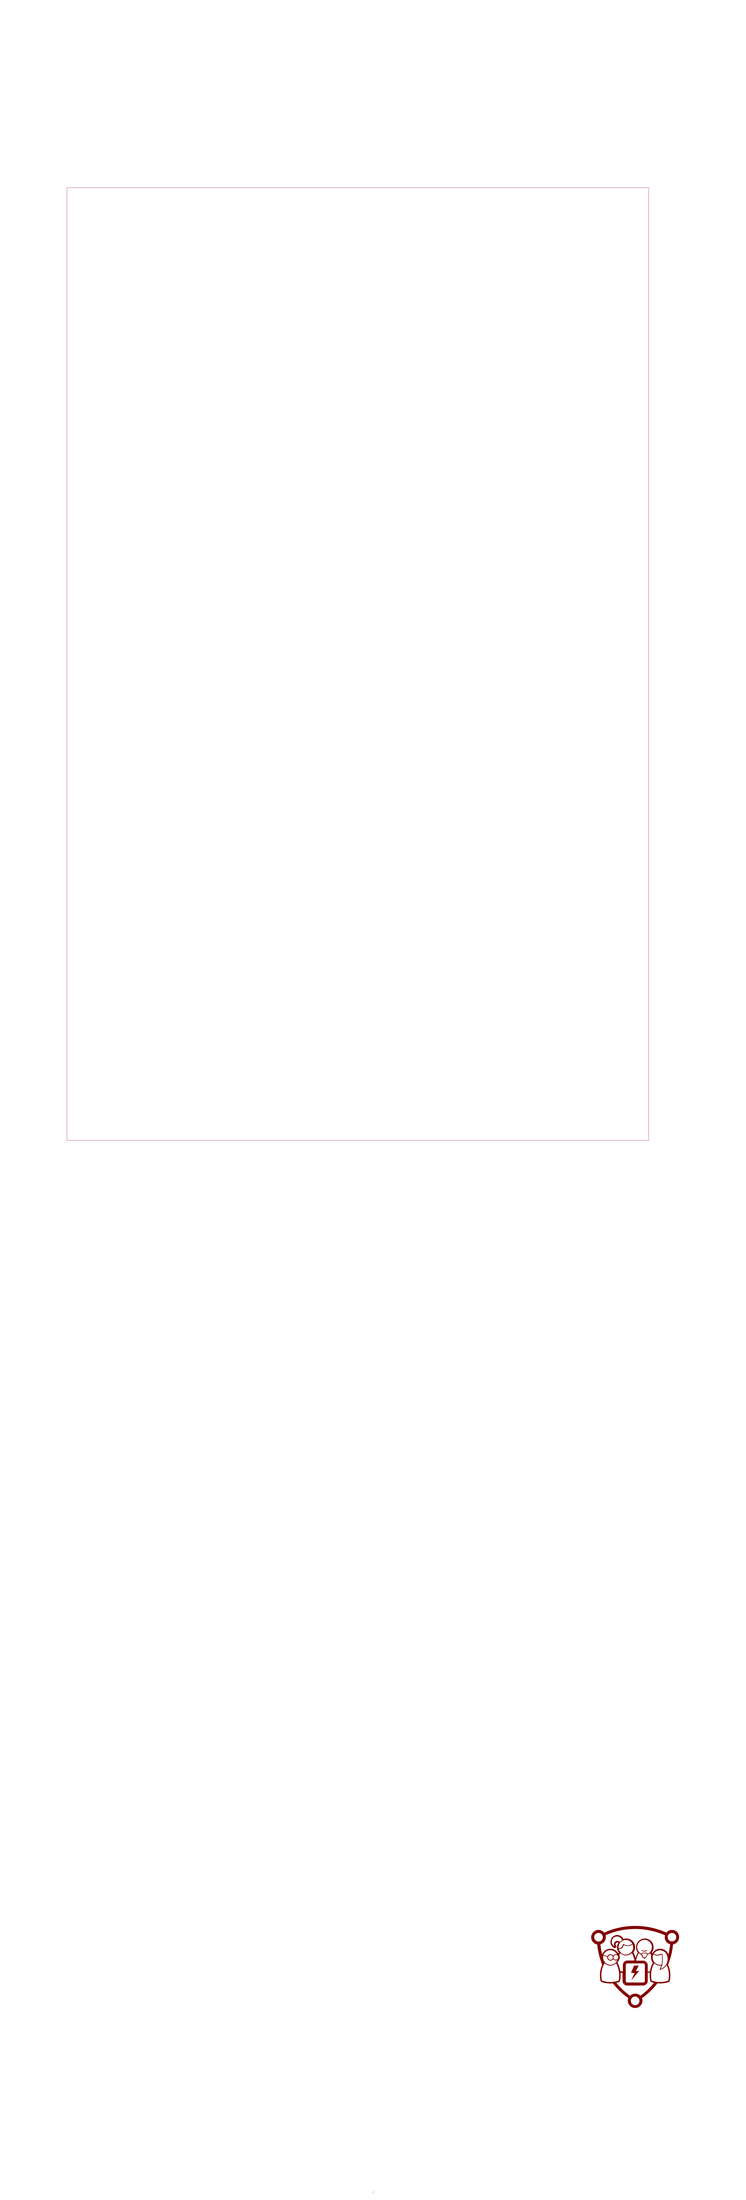
<source format=kicad_sym>
(kicad_symbol_lib
  (version 20241209)
  (generator "kicad_symbol_editor")
  (generator_version "9.0")
  (symbol "_1"
    (property "Reference" "G"
      (at 0 0 0)
      (effects (font (size 1.27 1.27)) (hide yes)))
    (property "Value" ""
      (at 0 0 0)
      (effects (font (size 1.27 1.27))))
    (symbol "_1_1_0"
      (polyline (pts (xy -0.11 -4.855) (xy 2.205 -4.855) (xy -3.307 -11.359) (xy -0.882 -6.178) (xy -3.418 -6.178) (xy -1.323 -1.107) (xy 1.984 -1.107) (xy -0.11 -4.855)) (stroke (width -0.0001) (type solid)) (fill (type outline)))
      (polyline (pts (xy 0.944 26.326) (xy 2.328 26.271) (xy 3.709 26.181) (xy 5.088 26.054) (xy 6.463 25.892) (xy 7.834 25.693) (xy 9.198 25.457) (xy 10.556 25.186) (xy 11.906 24.879) (xy 13.247 24.535) (xy 14.578 24.155) (xy 15.899 23.739) (xy 17.208 23.287) (xy 18.505 22.799) (xy 19.788 22.274) (xy 21.056 21.714) (xy 21.228 21.934) (xy 21.412 22.142) (xy 21.608 22.337) (xy 21.814 22.518) (xy 22.031 22.686) (xy 22.258 22.839) (xy 22.494 22.979) (xy 22.738 23.105) (xy 22.989 23.217) (xy 23.248 23.314) (xy 23.514 23.397) (xy 23.785 23.465) (xy 24.061 23.519) (xy 24.342 23.557) (xy 24.627 23.58) (xy 24.915 23.588) (xy 25.182 23.581) (xy 25.444 23.562) (xy 25.702 23.531) (xy 25.956 23.487) (xy 26.204 23.432) (xy 26.447 23.365) (xy 26.684 23.287) (xy 26.915 23.198) (xy 27.14 23.099) (xy 27.358 22.989) (xy 27.569 22.869) (xy 27.773 22.739) (xy 27.97 22.599) (xy 28.159 22.451) (xy 28.339 22.293) (xy 28.512 22.127) (xy 28.675 21.952) (xy 28.83 21.769) (xy 28.975 21.579) (xy 29.11 21.381) (xy 29.236 21.175) (xy 29.351 20.963) (xy 29.456 20.744) (xy 29.55 20.518) (xy 29.633 20.286) (xy 29.705 20.049) (xy 29.764 19.806) (xy 29.812 19.557) (xy 29.847 19.304) (xy 29.87 19.046) (xy 29.88 18.783) (xy 29.876 18.516) (xy 29.871 18.29) (xy 29.855 18.066) (xy 29.83 17.844) (xy 29.795 17.625) (xy 29.751 17.409) (xy 29.697 17.196) (xy 29.634 16.986) (xy 29.562 16.78) (xy 29.482 16.578) (xy 29.393 16.38) (xy 29.295 16.186) (xy 29.19 15.997) (xy 29.076 15.813) (xy 28.955 15.634) (xy 28.827 15.46) (xy 28.691 15.292) (xy 28.548 15.129) (xy 28.398 14.973) (xy 28.241 14.823) (xy 28.078 14.679) (xy 27.909 14.543) (xy 27.733 14.413) (xy 27.552 14.29) (xy 27.364 14.176) (xy 27.172 14.068) (xy 26.974 13.969) (xy 26.771 13.878) (xy 26.563 13.796) (xy 26.35 13.722) (xy 26.133 13.657) (xy 25.912 13.602) (xy 25.686 13.555) (xy 25.485 11.742) (xy 25.215 9.94) (xy 24.877 8.151) (xy 24.474 6.376) (xy 24.009 4.617) (xy 23.485 2.874) (xy 22.904 1.149) (xy 22.269 -0.556) (xy 22.45 -0.973) (xy 22.62 -1.397) (xy 22.78 -1.828) (xy 22.929 -2.264) (xy 23.067 -2.706) (xy 23.194 -3.152) (xy 23.309 -3.603) (xy 23.413 -4.056) (xy 23.505 -4.512) (xy 23.586 -4.97) (xy 23.654 -5.429) (xy 23.711 -5.889) (xy 23.755 -6.348) (xy 23.787 -6.808) (xy 23.806 -7.265) (xy 23.812 -7.721) (xy 23.807 -8.217) (xy 23.79 -8.713) (xy 23.76 -9.21) (xy 23.716 -9.706) (xy 23.656 -10.202) (xy 23.58 -10.698) (xy 23.485 -11.194) (xy 23.371 -11.69) (xy 23.349 -11.752) (xy 23.325 -11.814) (xy 23.298 -11.875) (xy 23.268 -11.935) (xy 23.236 -11.993) (xy 23.201 -12.05) (xy 23.163 -12.106) (xy 23.123 -12.159) (xy 23.081 -12.209) (xy 23.036 -12.256) (xy 22.988 -12.301) (xy 22.963 -12.321) (xy 22.937 -12.341) (xy 22.911 -12.36) (xy 22.884 -12.378) (xy 22.857 -12.395) (xy 22.829 -12.411) (xy 22.8 -12.425) (xy 22.771 -12.439) (xy 22.741 -12.451) (xy 22.71 -12.462) (xy 21.966 -12.694) (xy 21.22 -12.896) (xy 20.472 -13.066) (xy 19.72 -13.206) (xy 18.962 -13.315) (xy 18.199 -13.392) (xy 17.427 -13.439) (xy 16.647 -13.454) (xy 16.524 -13.453) (xy 16.404 -13.449) (xy 16.17 -13.437) (xy 15.943 -13.419) (xy 15.723 -13.399) (xy 15.509 -13.379) (xy 15.298 -13.361) (xy 15.09 -13.348) (xy 14.986 -13.345) (xy 14.883 -13.344) (xy 14.317 -14.063) (xy 13.736 -14.775) (xy 13.14 -15.477) (xy 12.53 -16.171) (xy 11.905 -16.854) (xy 11.267 -17.528) (xy 10.615 -18.191) (xy 9.949 -18.842) (xy 9.271 -19.482) (xy 8.58 -20.11) (xy 7.877 -20.726) (xy 7.162 -21.328) (xy 6.436 -21.916) (xy 5.698 -22.491) (xy 4.949 -23.051) (xy 4.189 -23.596) (xy 4.229 -23.7) (xy 4.267 -23.803) (xy 4.302 -23.907) (xy 4.334 -24.012) (xy 4.364 -24.117) (xy 4.391 -24.222) (xy 4.415 -24.329) (xy 4.437 -24.437) (xy 4.457 -24.546) (xy 4.473 -24.657) (xy 4.488 -24.769) (xy 4.499 -24.883) (xy 4.508 -24.999) (xy 4.515 -25.117) (xy 4.519 -25.238) (xy 4.52 -25.36) (xy 4.513 -25.617) (xy 4.493 -25.872) (xy 4.46 -26.122) (xy 4.415 -26.369) (xy 4.357 -26.613) (xy 4.288 -26.852) (xy 4.207 -27.086) (xy 4.115 -27.316) (xy 4.012 -27.54) (xy 3.899 -27.758) (xy 3.775 -27.97) (xy 3.642 -28.176) (xy 3.499 -28.375) (xy 3.348 -28.568) (xy 3.187 -28.752) (xy 3.018 -28.93) (xy 2.841 -29.099) (xy 2.656 -29.259) (xy 2.464 -29.411) (xy 2.264 -29.554) (xy 2.058 -29.687) (xy 1.846 -29.811) (xy 1.628 -29.924) (xy 1.404 -30.027) (xy 1.175 -30.119) (xy 0.94 -30.2) (xy 0.701 -30.269) (xy 0.458 -30.327) (xy 0.211 -30.372) (xy -0.04 -30.405) (xy -0.294 -30.425) (xy -0.551 -30.432) (xy -0.808 -30.425) (xy -1.062 -30.405) (xy -1.313 -30.372) (xy -1.56 -30.327) (xy -1.804 -30.269) (xy -2.043 -30.2) (xy -2.277 -30.119) (xy -2.506 -30.027) (xy -2.73 -29.924) (xy -2.949 -29.811) (xy -3.161 -29.687) (xy -3.367 -29.554) (xy -3.566 -29.411) (xy -3.758 -29.259) (xy -3.943 -29.099) (xy -4.12 -28.93) (xy -4.289 -28.752) (xy -4.45 -28.568) (xy -4.602 -28.375) (xy -4.745 -28.176) (xy -4.878 -27.97) (xy -5.001 -27.758) (xy -5.115 -27.54) (xy -5.218 -27.316) (xy -5.31 -27.086) (xy -5.391 -26.852) (xy -5.46 -26.613) (xy -5.518 -26.369) (xy -5.563 -26.122) (xy -5.596 -25.872) (xy -5.616 -25.617) (xy -5.62 -25.471) (xy -3.528 -25.471) (xy -3.524 -25.625) (xy -3.512 -25.777) (xy -3.494 -25.926) (xy -3.468 -26.073) (xy -3.435 -26.218) (xy -3.395 -26.359) (xy -3.348 -26.498) (xy -3.295 -26.633) (xy -3.236 -26.765) (xy -3.17 -26.894) (xy -3.099 -27.018) (xy -3.022 -27.139) (xy -2.939 -27.256) (xy -2.851 -27.368) (xy -2.758 -27.476) (xy -2.659 -27.579) (xy -2.556 -27.677) (xy -2.449 -27.771) (xy -2.336 -27.859) (xy -2.22 -27.941) (xy -2.099 -28.018) (xy -1.974 -28.09) (xy -1.846 -28.155) (xy -1.714 -28.215) (xy -1.579 -28.268) (xy -1.44 -28.314) (xy -1.298 -28.354) (xy -1.154 -28.387) (xy -1.007 -28.413) (xy -0.857 -28.432) (xy -0.705 -28.443) (xy -0.551 -28.447) (xy -0.397 -28.443) (xy -0.245 -28.432) (xy -0.096 -28.413) (xy 0.051 -28.387) (xy 0.196 -28.354) (xy 0.338 -28.314) (xy 0.476 -28.268) (xy 0.612 -28.215) (xy 0.744 -28.155) (xy 0.872 -28.09) (xy 0.997 -28.018) (xy 1.117 -27.941) (xy 1.234 -27.859) (xy 1.346 -27.771) (xy 1.454 -27.677) (xy 1.557 -27.579) (xy 1.656 -27.476) (xy 1.749 -27.368) (xy 1.837 -27.256) (xy 1.92 -27.139) (xy 1.997 -27.018) (xy 2.068 -26.894) (xy 2.134 -26.765) (xy 2.193 -26.633) (xy 2.246 -26.498) (xy 2.292 -26.359) (xy 2.332 -26.218) (xy 2.365 -26.073) (xy 2.391 -25.926) (xy 2.41 -25.777) (xy 2.422 -25.625) (xy 2.425 -25.471) (xy 2.422 -25.317) (xy 2.41 -25.165) (xy 2.391 -25.015) (xy 2.365 -24.868) (xy 2.332 -24.724) (xy 2.292 -24.582) (xy 2.246 -24.443) (xy 2.193 -24.308) (xy 2.134 -24.176) (xy 2.068 -24.047) (xy 1.997 -23.923) (xy 1.92 -23.802) (xy 1.837 -23.686) (xy 1.749 -23.573) (xy 1.656 -23.465) (xy 1.557 -23.362) (xy 1.454 -23.264) (xy 1.346 -23.171) (xy 1.234 -23.083) (xy 1.117 -23) (xy 0.997 -22.923) (xy 0.872 -22.851) (xy 0.744 -22.786) (xy 0.612 -22.727) (xy 0.476 -22.674) (xy 0.338 -22.627) (xy 0.196 -22.587) (xy 0.051 -22.554) (xy -0.096 -22.528) (xy -0.245 -22.509) (xy -0.397 -22.498) (xy -0.551 -22.494) (xy -0.705 -22.498) (xy -0.857 -22.509) (xy -1.007 -22.528) (xy -1.154 -22.554) (xy -1.298 -22.587) (xy -1.44 -22.627) (xy -1.579 -22.674) (xy -1.714 -22.727) (xy -1.846 -22.786) (xy -1.974 -22.851) (xy -2.099 -22.923) (xy -2.22 -23) (xy -2.336 -23.083) (xy -2.449 -23.171) (xy -2.556 -23.264) (xy -2.659 -23.362) (xy -2.758 -23.465) (xy -2.851 -23.573) (xy -2.939 -23.686) (xy -3.022 -23.802) (xy -3.099 -23.923) (xy -3.17 -24.047) (xy -3.236 -24.176) (xy -3.295 -24.308) (xy -3.348 -24.443) (xy -3.395 -24.582) (xy -3.435 -24.724) (xy -3.468 -24.868) (xy -3.494 -25.015) (xy -3.512 -25.165) (xy -3.524 -25.317) (xy -3.528 -25.471) (xy -5.62 -25.471) (xy -5.622 -25.36) (xy -5.621 -25.256) (xy -5.617 -25.149) (xy -5.611 -25.04) (xy -5.602 -24.93) (xy -5.59 -24.818) (xy -5.576 -24.705) (xy -5.559 -24.592) (xy -5.54 -24.478) (xy -5.518 -24.365) (xy -5.493 -24.252) (xy -5.466 -24.139) (xy -5.436 -24.027) (xy -5.404 -23.917) (xy -5.369 -23.808) (xy -5.332 -23.701) (xy -5.292 -23.596) (xy -6.032 -23.052) (xy -6.764 -22.496) (xy -7.488 -21.926) (xy -8.203 -21.343) (xy -8.909 -20.748) (xy -9.605 -20.139) (xy -10.292 -19.518) (xy -10.969 -18.884) (xy -11.636 -18.236) (xy -12.292 -17.576) (xy -12.937 -16.903) (xy -13.57 -16.217) (xy -14.192 -15.518) (xy -14.802 -14.806) (xy -15.4 -14.081) (xy -15.985 -13.344) (xy -16.228 -13.38) (xy -16.462 -13.408) (xy -16.689 -13.427) (xy -16.909 -13.44) (xy -17.123 -13.448) (xy -17.334 -13.452) (xy -17.749 -13.454) (xy -18.53 -13.439) (xy -19.301 -13.392) (xy -20.065 -13.315) (xy -20.822 -13.206) (xy -21.574 -13.066) (xy -21.809 -13.013) (xy -13.56 -13.013) (xy -13.038 -13.649) (xy -12.506 -14.274) (xy -11.964 -14.889) (xy -11.412 -15.493) (xy -10.85 -16.088) (xy -10.279 -16.672) (xy -9.698 -17.245) (xy -9.109 -17.809) (xy -8.51 -18.362) (xy -7.902 -18.904) (xy -6.661 -19.958) (xy -5.386 -20.971) (xy -4.079 -21.943) (xy -3.889 -21.781) (xy -3.692 -21.628) (xy -3.488 -21.483) (xy -3.278 -21.347) (xy -3.062 -21.22) (xy -2.841 -21.102) (xy -2.615 -20.994) (xy -2.384 -20.895) (xy -2.15 -20.808) (xy -1.912 -20.731) (xy -1.671 -20.664) (xy -1.428 -20.61) (xy -1.183 -20.566) (xy -0.936 -20.535) (xy -0.689 -20.516) (xy -0.441 -20.51) (xy -0.194 -20.515) (xy 0.05 -20.531) (xy 0.291 -20.557) (xy 0.529 -20.594) (xy 0.764 -20.642) (xy 0.995 -20.701) (xy 1.223 -20.772) (xy 1.447 -20.854) (xy 1.667 -20.948) (xy 1.883 -21.053) (xy 2.095 -21.171) (xy 2.303 -21.3) (xy 2.506 -21.442) (xy 2.705 -21.596) (xy 2.898 -21.763) (xy 3.087 -21.943) (xy 3.744 -21.462) (xy 4.394 -20.971) (xy 5.035 -20.47) (xy 5.667 -19.958) (xy 6.29 -19.436) (xy 6.904 -18.904) (xy 7.509 -18.362) (xy 8.103 -17.809) (xy 8.687 -17.245) (xy 9.26 -16.672) (xy 9.822 -16.088) (xy 10.373 -15.493) (xy 10.912 -14.889) (xy 11.44 -14.274) (xy 11.955 -13.649) (xy 12.457 -13.013) (xy 12.246 -12.967) (xy 12.025 -12.911) (xy 11.797 -12.848) (xy 11.562 -12.779) (xy 11.078 -12.626) (xy 10.583 -12.462) (xy 10.553 -12.451) (xy 10.523 -12.439) (xy 10.493 -12.425) (xy 10.464 -12.411) (xy 10.409 -12.378) (xy 10.356 -12.341) (xy 10.306 -12.301) (xy 10.258 -12.256) (xy 10.213 -12.209) (xy 10.17 -12.159) (xy 10.13 -12.106) (xy 10.092 -12.05) (xy 10.058 -11.993) (xy 10.025 -11.935) (xy 9.995 -11.875) (xy 9.968 -11.814) (xy 9.944 -11.752) (xy 9.922 -11.69) (xy 9.808 -11.194) (xy 9.713 -10.698) (xy 9.637 -10.202) (xy 9.577 -9.706) (xy 9.533 -9.21) (xy 9.503 -8.713) (xy 9.486 -8.217) (xy 9.481 -7.721) (xy 10.473 -7.721) (xy 10.478 -8.213) (xy 10.495 -8.695) (xy 10.525 -9.169) (xy 10.569 -9.637) (xy 10.629 -10.1) (xy 10.706 -10.559) (xy 10.8 -11.015) (xy 10.855 -11.242) (xy 10.914 -11.47) (xy 11.617 -11.702) (xy 12.321 -11.904) (xy 12.674 -11.993) (xy 13.028 -12.074) (xy 13.383 -12.148) (xy 13.739 -12.214) (xy 14.096 -12.272) (xy 14.455 -12.322) (xy 14.815 -12.365) (xy 15.177 -12.4) (xy 15.541 -12.427) (xy 15.908 -12.446) (xy 16.276 -12.458) (xy 16.647 -12.462) (xy 17.018 -12.458) (xy 17.386 -12.446) (xy 17.752 -12.427) (xy 18.116 -12.4) (xy 18.478 -12.365) (xy 18.838 -12.322) (xy 19.197 -12.272) (xy 19.554 -12.214) (xy 19.91 -12.148) (xy 20.265 -12.074) (xy 20.619 -11.993) (xy 20.972 -11.904) (xy 21.324 -11.807) (xy 21.676 -11.702) (xy 22.379 -11.47) (xy 22.439 -11.241) (xy 22.493 -11.01) (xy 22.588 -10.543) (xy 22.664 -10.071) (xy 22.724 -9.596) (xy 22.768 -9.121) (xy 22.798 -8.648) (xy 22.815 -8.181) (xy 22.82 -7.721) (xy 22.814 -7.267) (xy 22.795 -6.812) (xy 22.763 -6.359) (xy 22.719 -5.906) (xy 22.662 -5.454) (xy 22.594 -5.005) (xy 22.513 -4.557) (xy 22.421 -4.111) (xy 22.317 -3.668) (xy 22.201 -3.228) (xy 22.075 -2.791) (xy 21.937 -2.357) (xy 21.788 -1.928) (xy 21.628 -1.503) (xy 21.458 -1.082) (xy 21.277 -0.666) (xy 21.086 -0.95) (xy 20.885 -1.224) (xy 20.674 -1.488) (xy 20.454 -1.741) (xy 20.224 -1.984) (xy 19.986 -2.216) (xy 19.74 -2.438) (xy 19.485 -2.65) (xy 19.223 -2.852) (xy 18.954 -3.043) (xy 18.677 -3.224) (xy 18.393 -3.394) (xy 18.103 -3.555) (xy 17.807 -3.704) (xy 17.505 -3.844) (xy 17.198 -3.973) (xy 16.977 -3.973) (xy 16.947 -3.973) (xy 16.917 -3.971) (xy 16.887 -3.967) (xy 16.859 -3.963) (xy 16.831 -3.958) (xy 16.804 -3.951) (xy 16.777 -3.943) (xy 16.752 -3.934) (xy 16.727 -3.923) (xy 16.703 -3.912) (xy 16.68 -3.9) (xy 16.658 -3.886) (xy 16.636 -3.871) (xy 16.616 -3.856) (xy 16.596 -3.839) (xy 16.578 -3.822) (xy 16.56 -3.803) (xy 16.544 -3.784) (xy 16.528 -3.763) (xy 16.513 -3.742) (xy 16.5 -3.719) (xy 16.487 -3.696) (xy 16.476 -3.672) (xy 16.466 -3.647) (xy 16.457 -3.622) (xy 16.449 -3.596) (xy 16.442 -3.568) (xy 16.436 -3.541) (xy 16.432 -3.512) (xy 16.429 -3.483) (xy 16.427 -3.453) (xy 16.426 -3.422) (xy 16.443 -3.403) (xy 16.461 -3.381) (xy 16.471 -3.368) (xy 16.481 -3.353) (xy 16.492 -3.337) (xy 16.502 -3.32) (xy 16.511 -3.301) (xy 16.519 -3.282) (xy 16.526 -3.263) (xy 16.529 -3.253) (xy 16.532 -3.243) (xy 16.534 -3.232) (xy 16.535 -3.222) (xy 16.536 -3.212) (xy 16.537 -3.201) (xy 16.618 -3.076) (xy 16.697 -2.949) (xy 16.773 -2.818) (xy 16.847 -2.686) (xy 16.918 -2.552) (xy 16.986 -2.417) (xy 17.115 -2.14) (xy 17.234 -1.859) (xy 17.343 -1.574) (xy 17.441 -1.286) (xy 17.529 -0.997) (xy 17.468 -1.016) (xy 17.409 -1.033) (xy 17.353 -1.048) (xy 17.298 -1.06) (xy 17.244 -1.071) (xy 17.192 -1.08) (xy 17.139 -1.087) (xy 17.088 -1.093) (xy 17.036 -1.097) (xy 16.984 -1.101) (xy 16.878 -1.105) (xy 16.766 -1.107) (xy 16.647 -1.107) (xy 16.359 -1.099) (xy 16.074 -1.076) (xy 15.792 -1.039) (xy 15.515 -0.988) (xy 15.242 -0.923) (xy 14.974 -0.845) (xy 14.712 -0.755) (xy 14.456 -0.652) (xy 14.206 -0.538) (xy 13.963 -0.412) (xy 13.727 -0.276) (xy 13.5 -0.13) (xy 13.28 0.026) (xy 13.07 0.191) (xy 12.869 0.365) (xy 12.678 0.547) (xy 12.417 0.068) (xy 12.172 -0.419) (xy 11.942 -0.912) (xy 11.729 -1.412) (xy 11.531 -1.917) (xy 11.351 -2.428) (xy 11.186 -2.943) (xy 11.038 -3.463) (xy 10.907 -3.987) (xy 10.793 -4.514) (xy 10.696 -5.044) (xy 10.616 -5.577) (xy 10.554 -6.111) (xy 10.509 -6.647) (xy 10.482 -7.184) (xy 10.473 -7.721) (xy 9.481 -7.721) (xy 9.482 -7.599) (xy 9.486 -7.478) (xy 9.498 -7.244) (xy 9.516 -7.018) (xy 9.536 -6.798) (xy 9.556 -6.583) (xy 9.574 -6.373) (xy 9.586 -6.165) (xy 9.59 -6.061) (xy 9.591 -5.958) (xy 9.489 -5.977) (xy 9.389 -5.994) (xy 9.197 -6.023) (xy 8.833 -6.068) (xy 8.66 -6.089) (xy 8.49 -6.112) (xy 8.323 -6.141) (xy 8.241 -6.159) (xy 8.158 -6.178) (xy 8.158 -11.69) (xy 8.154 -11.854) (xy 8.141 -12.017) (xy 8.121 -12.177) (xy 8.093 -12.334) (xy 8.057 -12.489) (xy 8.014 -12.64) (xy 7.964 -12.789) (xy 7.906 -12.934) (xy 7.842 -13.075) (xy 7.772 -13.213) (xy 7.695 -13.347) (xy 7.612 -13.477) (xy 7.522 -13.602) (xy 7.427 -13.723) (xy 7.327 -13.839) (xy 7.221 -13.95) (xy 7.11 -14.056) (xy 6.994 -14.157) (xy 6.873 -14.252) (xy 6.748 -14.341) (xy 6.618 -14.424) (xy 6.484 -14.501) (xy 6.346 -14.572) (xy 6.205 -14.636) (xy 6.059 -14.693) (xy 5.911 -14.743) (xy 5.759 -14.787) (xy 5.605 -14.822) (xy 5.447 -14.85) (xy 5.287 -14.871) (xy 5.125 -14.883) (xy 4.961 -14.887) (xy -6.064 -14.887) (xy -6.228 -14.883) (xy -6.39 -14.871) (xy -6.55 -14.85) (xy -6.707 -14.822) (xy -6.862 -14.787) (xy -7.013 -14.743) (xy -7.162 -14.693) (xy -7.307 -14.636) (xy -7.449 -14.572) (xy -7.587 -14.501) (xy -7.72 -14.424) (xy -7.85 -14.341) (xy -7.975 -14.252) (xy -8.096 -14.157) (xy -8.212 -14.056) (xy -8.323 -13.95) (xy -8.429 -13.839) (xy -8.53 -13.723) (xy -8.625 -13.602) (xy -8.714 -13.477) (xy -8.797 -13.347) (xy -8.874 -13.213) (xy -8.945 -13.075) (xy -9.009 -12.934) (xy -9.066 -12.789) (xy -9.117 -12.64) (xy -9.16 -12.489) (xy -9.195 -12.334) (xy -9.223 -12.177) (xy -9.244 -12.017) (xy -9.256 -11.854) (xy -9.26 -11.69) (xy -9.26 -6.178) (xy -9.363 -6.177) (xy -9.462 -6.173) (xy -9.559 -6.167) (xy -9.655 -6.159) (xy -9.748 -6.149) (xy -9.84 -6.137) (xy -10.018 -6.109) (xy -10.192 -6.076) (xy -10.361 -6.038) (xy -10.694 -5.958) (xy -10.657 -6.201) (xy -10.63 -6.435) (xy -10.61 -6.661) (xy -10.597 -6.881) (xy -10.589 -7.096) (xy -10.585 -7.306) (xy -10.583 -7.721) (xy -10.589 -8.217) (xy -10.606 -8.713) (xy -10.636 -9.21) (xy -10.68 -9.706) (xy -10.739 -10.202) (xy -10.816 -10.698) (xy -10.911 -11.194) (xy -11.024 -11.69) (xy -11.046 -11.752) (xy -11.071 -11.814) (xy -11.098 -11.875) (xy -11.128 -11.935) (xy -11.16 -11.993) (xy -11.195 -12.05) (xy -11.232 -12.106) (xy -11.272 -12.159) (xy -11.315 -12.209) (xy -11.36 -12.256) (xy -11.408 -12.301) (xy -11.433 -12.321) (xy -11.458 -12.341) (xy -11.485 -12.36) (xy -11.511 -12.378) (xy -11.539 -12.395) (xy -11.567 -12.411) (xy -11.596 -12.425) (xy -11.625 -12.439) (xy -11.655 -12.451) (xy -11.686 -12.462) (xy -11.898 -12.544) (xy -12.118 -12.626) (xy -12.347 -12.704) (xy -12.582 -12.779) (xy -12.822 -12.848) (xy -13.066 -12.911) (xy -13.312 -12.967) (xy -13.56 -13.013) (xy -21.809 -13.013) (xy -22.323 -12.896) (xy -23.068 -12.694) (xy -23.812 -12.462) (xy -23.843 -12.451) (xy -23.873 -12.439) (xy -23.903 -12.425) (xy -23.931 -12.411) (xy -23.987 -12.378) (xy -24.04 -12.341) (xy -24.09 -12.301) (xy -24.138 -12.256) (xy -24.183 -12.209) (xy -24.226 -12.159) (xy -24.266 -12.106) (xy -24.303 -12.05) (xy -24.338 -11.993) (xy -24.371 -11.935) (xy -24.4 -11.875) (xy -24.427 -11.814) (xy -24.452 -11.752) (xy -24.474 -11.69) (xy -24.588 -11.194) (xy -24.682 -10.698) (xy -24.759 -10.202) (xy -24.819 -9.706) (xy -24.863 -9.21) (xy -24.893 -8.713) (xy -24.91 -8.217) (xy -24.915 -7.721) (xy -23.923 -7.721) (xy -23.917 -8.213) (xy -23.9 -8.695) (xy -23.87 -9.169) (xy -23.826 -9.637) (xy -23.767 -10.1) (xy -23.69 -10.559) (xy -23.596 -11.015) (xy -23.541 -11.242) (xy -23.482 -11.47) (xy -22.779 -11.702) (xy -22.075 -11.904) (xy -21.721 -11.993) (xy -21.368 -12.074) (xy -21.013 -12.148) (xy -20.657 -12.214) (xy -20.299 -12.272) (xy -19.941 -12.322) (xy -19.581 -12.365) (xy -19.218 -12.4) (xy -18.854 -12.427) (xy -18.488 -12.446) (xy -18.12 -12.458) (xy -17.749 -12.462) (xy -17.377 -12.458) (xy -17.005 -12.446) (xy -16.634 -12.427) (xy -16.264 -12.4) (xy -15.895 -12.365) (xy -15.528 -12.322) (xy -15.163 -12.272) (xy -14.8 -12.214) (xy -14.44 -12.148) (xy -14.082 -12.074) (xy -13.728 -11.993) (xy -13.377 -11.904) (xy -13.03 -11.807) (xy -12.688 -11.702) (xy -12.35 -11.59) (xy -12.017 -11.47) (xy -11.957 -11.241) (xy -11.903 -11.01) (xy -11.808 -10.543) (xy -11.732 -10.071) (xy -11.672 -9.596) (xy -11.628 -9.121) (xy -11.598 -8.648) (xy -11.581 -8.181) (xy -11.575 -7.721) (xy -11.585 -7.184) (xy -11.611 -6.647) (xy -11.656 -6.111) (xy -11.719 -5.577) (xy -11.798 -5.044) (xy -11.895 -4.514) (xy -12.009 -3.987) (xy -12.14 -3.463) (xy -12.288 -2.943) (xy -12.453 -2.428) (xy -12.634 -1.917) (xy -12.831 -1.412) (xy -13.045 -0.912) (xy -13.274 -0.419) (xy -13.519 0.068) (xy -13.78 0.547) (xy -13.99 0.347) (xy -14.204 0.159) (xy -14.424 -0.015) (xy -14.649 -0.177) (xy -14.879 -0.325) (xy -15.114 -0.461) (xy -15.354 -0.584) (xy -15.599 -0.693) (xy -15.85 -0.79) (xy -16.106 -0.874) (xy -16.367 -0.945) (xy -16.633 -1.003) (xy -16.904 -1.049) (xy -17.181 -1.081) (xy -17.462 -1.1) (xy -17.749 -1.107) (xy -18.036 -1.099) (xy -18.317 -1.076) (xy -18.594 -1.039) (xy -18.865 -0.988) (xy -19.131 -0.923) (xy -19.392 -0.845) (xy -19.648 -0.755) (xy -19.899 -0.652) (xy -20.144 -0.538) (xy -20.385 -0.412) (xy -20.62 -0.276) (xy -20.85 -0.13) (xy -21.075 0.026) (xy -21.294 0.191) (xy -21.509 0.365) (xy -21.718 0.547) (xy -21.979 0.068) (xy -22.224 -0.419) (xy -22.453 -0.912) (xy -22.667 -1.412) (xy -22.864 -1.917) (xy -23.045 -2.428) (xy -23.21 -2.943) (xy -23.358 -3.463) (xy -23.489 -3.987) (xy -23.603 -4.514) (xy -23.7 -5.044) (xy -23.78 -5.577) (xy -23.842 -6.111) (xy -23.887 -6.647) (xy -23.914 -7.184) (xy -23.923 -7.721) (xy -24.915 -7.721) (xy -24.909 -7.267) (xy -24.889 -6.812) (xy -24.858 -6.358) (xy -24.813 -5.904) (xy -24.757 -5.451) (xy -24.688 -4.999) (xy -24.608 -4.547) (xy -24.515 -4.097) (xy -24.411 -3.648) (xy -24.296 -3.201) (xy -24.169 -2.755) (xy -24.031 -2.311) (xy -23.882 -1.869) (xy -23.723 -1.429) (xy -23.552 -0.991) (xy -23.371 -0.556) (xy -24.007 1.149) (xy -24.588 2.874) (xy -25.081 4.516) (xy -22.71 4.516) (xy -22.703 4.259) (xy -22.683 4.005) (xy -22.651 3.754) (xy -22.605 3.506) (xy -22.548 3.263) (xy -22.478 3.024) (xy -22.397 2.79) (xy -22.305 2.561) (xy -22.202 2.337) (xy -22.089 2.118) (xy -21.965 1.906) (xy -21.832 1.7) (xy -21.689 1.501) (xy -21.538 1.308) (xy -21.377 1.123) (xy -21.208 0.946) (xy -21.031 0.777) (xy -20.846 0.617) (xy -20.654 0.465) (xy -20.455 0.322) (xy -20.249 0.189) (xy -20.036 0.065) (xy -19.818 -0.048) (xy -19.594 -0.151) (xy -19.365 -0.243) (xy -19.13 -0.324) (xy -18.891 -0.393) (xy -18.648 -0.451) (xy -18.401 -0.496) (xy -18.15 -0.529) (xy -17.896 -0.549) (xy -17.639 -0.556) (xy -17.443 -0.552) (xy -17.249 -0.54) (xy -17.056 -0.521) (xy -16.866 -0.495) (xy -16.677 -0.462) (xy -16.49 -0.421) (xy -16.305 -0.374) (xy -16.123 -0.32) (xy -15.944 -0.259) (xy -15.767 -0.192) (xy -15.593 -0.118) (xy -15.422 -0.038) (xy -15.254 0.048) (xy -15.09 0.139) (xy -14.93 0.237) (xy -14.773 0.34) (xy -14.62 0.449) (xy -14.47 0.563) (xy -14.326 0.682) (xy -14.185 0.806) (xy -14.049 0.935) (xy -13.998 0.988) (xy -12.788 0.988) (xy -12.606 0.635) (xy -12.431 0.28) (xy -12.106 -0.437) (xy -11.811 -1.161) (xy -11.548 -1.892) (xy -11.315 -2.628) (xy -11.114 -3.369) (xy -10.943 -4.111) (xy -10.804 -4.855) (xy -10.389 -4.939) (xy -10.178 -4.985) (xy -9.963 -5.034) (xy -9.743 -5.089) (xy -9.517 -5.15) (xy -9.283 -5.218) (xy -9.04 -5.296) (xy -9.04 -0.776) (xy -9.037 -0.666) (xy -7.056 -0.666) (xy -7.056 -11.69) (xy -7.054 -11.751) (xy -7.049 -11.812) (xy -7.042 -11.87) (xy -7.031 -11.927) (xy -7.017 -11.983) (xy -7.001 -12.037) (xy -6.982 -12.09) (xy -6.961 -12.141) (xy -6.937 -12.191) (xy -6.911 -12.239) (xy -6.883 -12.285) (xy -6.852 -12.33) (xy -6.82 -12.372) (xy -6.785 -12.413) (xy -6.749 -12.452) (xy -6.711 -12.489) (xy -6.671 -12.525) (xy -6.63 -12.558) (xy -6.588 -12.589) (xy -6.544 -12.618) (xy -6.499 -12.645) (xy -6.453 -12.67) (xy -6.406 -12.693) (xy -6.358 -12.713) (xy -6.309 -12.732) (xy -6.26 -12.748) (xy -6.209 -12.761) (xy -6.159 -12.772) (xy -6.108 -12.781) (xy -6.056 -12.787) (xy -6.005 -12.791) (xy -5.953 -12.793) (xy 5.071 -12.793) (xy 5.133 -12.791) (xy 5.193 -12.786) (xy 5.251 -12.778) (xy 5.309 -12.768) (xy 5.364 -12.754) (xy 5.419 -12.738) (xy 5.471 -12.719) (xy 5.522 -12.698) (xy 5.572 -12.674) (xy 5.62 -12.648) (xy 5.666 -12.62) (xy 5.711 -12.589) (xy 5.753 -12.557) (xy 5.794 -12.522) (xy 5.833 -12.486) (xy 5.87 -12.448) (xy 5.906 -12.409) (xy 5.939 -12.367) (xy 5.97 -12.325) (xy 5.999 -12.281) (xy 6.026 -12.236) (xy 6.051 -12.19) (xy 6.074 -12.143) (xy 6.094 -12.095) (xy 6.112 -12.046) (xy 6.128 -11.997) (xy 6.142 -11.946) (xy 6.153 -11.896) (xy 6.162 -11.845) (xy 6.168 -11.793) (xy 6.172 -11.742) (xy 6.173 -11.69) (xy 6.173 -0.666) (xy 6.172 -0.605) (xy 6.167 -0.545) (xy 6.159 -0.486) (xy 6.149 -0.429) (xy 6.135 -0.373) (xy 6.119 -0.319) (xy 6.1 -0.266) (xy 6.079 -0.215) (xy 6.055 -0.165) (xy 6.029 -0.117) (xy 6 -0.071) (xy 5.97 -0.026) (xy 5.938 0.016) (xy 5.903 0.057) (xy 5.867 0.096) (xy 5.829 0.133) (xy 5.79 0.169) (xy 5.748 0.202) (xy 5.706 0.233) (xy 5.662 0.262) (xy 5.617 0.289) (xy 5.571 0.314) (xy 5.524 0.337) (xy 5.476 0.357) (xy 5.427 0.376) (xy 5.378 0.392) (xy 5.327 0.405) (xy 5.277 0.416) (xy 5.226 0.425) (xy 5.175 0.431) (xy 5.123 0.435) (xy 5.071 0.437) (xy -5.953 0.437) (xy -6.014 0.435) (xy -6.074 0.43) (xy -6.133 0.422) (xy -6.19 0.412) (xy -6.246 0.398) (xy -6.301 0.382) (xy -6.353 0.363) (xy -6.404 0.342) (xy -6.454 0.318) (xy -6.502 0.292) (xy -6.548 0.264) (xy -6.593 0.233) (xy -6.635 0.201) (xy -6.676 0.166) (xy -6.715 0.13) (xy -6.752 0.092) (xy -6.788 0.052) (xy -6.821 0.011) (xy -6.852 -0.031) (xy -6.881 -0.075) (xy -6.908 -0.12) (xy -6.933 -0.166) (xy -6.956 -0.213) (xy -6.976 -0.261) (xy -6.995 -0.31) (xy -7.011 -0.359) (xy -7.024 -0.41) (xy -7.035 -0.46) (xy -7.044 -0.511) (xy -7.051 -0.563) (xy -7.054 -0.614) (xy -7.056 -0.666) (xy -9.037 -0.666) (xy -9.036 -0.612) (xy -9.024 -0.45) (xy -9.003 -0.29) (xy -8.975 -0.132) (xy -8.939 0.022) (xy -8.896 0.174) (xy -8.846 0.322) (xy -8.789 0.468) (xy -8.724 0.609) (xy -8.654 0.747) (xy -8.577 0.881) (xy -8.493 1.011) (xy -8.404 1.136) (xy -8.309 1.257) (xy -8.209 1.373) (xy -8.103 1.484) (xy -7.992 1.59) (xy -7.876 1.69) (xy -7.755 1.785) (xy -7.63 1.874) (xy -7.5 1.958) (xy -7.366 2.035) (xy -7.228 2.105) (xy -7.087 2.169) (xy -6.941 2.227) (xy -6.793 2.277) (xy -6.675 2.311) (xy 0.11 2.311) (xy 4.961 2.311) (xy 5.125 2.306) (xy 5.287 2.294) (xy 5.447 2.274) (xy 5.605 2.246) (xy 5.759 2.21) (xy 5.911 2.167) (xy 6.059 2.116) (xy 6.205 2.059) (xy 6.346 1.995) (xy 6.484 1.924) (xy 6.618 1.847) (xy 6.748 1.764) (xy 6.873 1.675) (xy 6.994 1.58) (xy 7.11 1.48) (xy 7.221 1.374) (xy 7.327 1.263) (xy 7.427 1.147) (xy 7.522 1.026) (xy 7.612 0.9) (xy 7.695 0.771) (xy 7.772 0.637) (xy 7.842 0.499) (xy 7.906 0.357) (xy 7.964 0.212) (xy 8.014 0.064) (xy 8.057 -0.088) (xy 8.093 -0.242) (xy 8.121 -0.4) (xy 8.141 -0.56) (xy 8.154 -0.722) (xy 8.158 -0.886) (xy 8.158 -5.406) (xy 9.701 -5.075) (xy 9.767 -4.684) (xy 9.841 -4.295) (xy 9.922 -3.91) (xy 10.011 -3.527) (xy 10.108 -3.148) (xy 10.213 -2.772) (xy 10.325 -2.399) (xy 10.446 -2.03) (xy 10.573 -1.665) (xy 10.709 -1.304) (xy 10.853 -0.948) (xy 11.004 -0.595) (xy 11.163 -0.247) (xy 11.329 0.096) (xy 11.504 0.434) (xy 11.686 0.767) (xy 11.545 0.975) (xy 11.412 1.186) (xy 11.287 1.399) (xy 11.171 1.615) (xy 11.063 1.833) (xy 10.963 2.054) (xy 10.872 2.278) (xy 10.79 2.504) (xy 10.717 2.732) (xy 10.653 2.964) (xy 10.599 3.197) (xy 10.554 3.434) (xy 10.519 3.673) (xy 10.493 3.914) (xy 10.478 4.159) (xy 10.473 4.405) (xy 10.473 4.516) (xy 11.575 4.516) (xy 11.582 4.259) (xy 11.602 4.005) (xy 11.635 3.754) (xy 11.68 3.506) (xy 11.738 3.263) (xy 11.807 3.024) (xy 11.888 2.79) (xy 11.98 2.561) (xy 12.083 2.337) (xy 12.197 2.118) (xy 12.32 1.906) (xy 12.453 1.7) (xy 12.596 1.501) (xy 12.748 1.308) (xy 12.909 1.123) (xy 13.078 0.946) (xy 13.255 0.777) (xy 13.44 0.617) (xy 13.632 0.465) (xy 13.831 0.322) (xy 14.037 0.189) (xy 14.249 0.065) (xy 14.468 -0.048) (xy 14.692 -0.151) (xy 14.921 -0.243) (xy 15.155 -0.324) (xy 15.394 -0.393) (xy 15.638 -0.451) (xy 15.885 -0.496) (xy 16.136 -0.529) (xy 16.39 -0.549) (xy 16.647 -0.556) (xy 16.807 -0.555) (xy 16.959 -0.554) (xy 17.102 -0.55) (xy 17.239 -0.542) (xy 17.306 -0.536) (xy 17.371 -0.529) (xy 17.436 -0.52) (xy 17.499 -0.509) (xy 17.562 -0.496) (xy 17.625 -0.482) (xy 17.687 -0.465) (xy 17.749 -0.445) (xy 17.827 -0.119) (xy 17.894 0.199) (xy 17.951 0.512) (xy 17.997 0.823) (xy 18.033 1.133) (xy 18.059 1.446) (xy 18.075 1.764) (xy 18.08 2.09) (xy 18.08 5.839) (xy 18.079 5.87) (xy 18.076 5.901) (xy 18.071 5.931) (xy 18.065 5.962) (xy 18.057 5.992) (xy 18.047 6.022) (xy 18.036 6.052) (xy 18.023 6.081) (xy 18.009 6.11) (xy 17.993 6.138) (xy 17.976 6.166) (xy 17.958 6.193) (xy 17.938 6.22) (xy 17.918 6.245) (xy 17.896 6.27) (xy 17.873 6.293) (xy 17.849 6.316) (xy 17.825 6.338) (xy 17.799 6.358) (xy 17.773 6.378) (xy 17.746 6.396) (xy 17.718 6.413) (xy 17.69 6.429) (xy 17.661 6.443) (xy 17.632 6.456) (xy 17.602 6.467) (xy 17.572 6.477) (xy 17.542 6.485) (xy 17.511 6.492) (xy 17.48 6.496) (xy 17.449 6.499) (xy 17.418 6.5) (xy 17.088 6.39) (xy 16.961 6.329) (xy 16.83 6.271) (xy 16.694 6.216) (xy 16.555 6.164) (xy 16.413 6.115) (xy 16.268 6.07) (xy 16.12 6.028) (xy 15.971 5.99) (xy 15.821 5.956) (xy 15.67 5.926) (xy 15.518 5.9) (xy 15.367 5.878) (xy 15.216 5.861) (xy 15.066 5.849) (xy 14.918 5.841) (xy 14.773 5.839) (xy 14.606 5.842) (xy 14.437 5.854) (xy 14.266 5.872) (xy 14.094 5.897) (xy 13.92 5.929) (xy 13.745 5.966) (xy 13.57 6.01) (xy 13.395 6.059) (xy 13.219 6.113) (xy 13.044 6.172) (xy 12.869 6.236) (xy 12.695 6.304) (xy 12.523 6.375) (xy 12.352 6.45) (xy 12.017 6.61) (xy 11.957 6.486) (xy 11.903 6.362) (xy 11.853 6.237) (xy 11.808 6.112) (xy 11.768 5.987) (xy 11.732 5.86) (xy 11.7 5.733) (xy 11.672 5.604) (xy 11.648 5.474) (xy 11.628 5.343) (xy 11.611 5.21) (xy 11.598 5.075) (xy 11.588 4.939) (xy 11.581 4.8) (xy 11.575 4.516) (xy 10.473 4.516) (xy 10.475 4.8) (xy 10.479 4.985) (xy 10.487 5.163) (xy 10.5 5.337) (xy 10.509 5.422) (xy 10.52 5.506) (xy 10.532 5.59) (xy 10.547 5.673) (xy 10.564 5.756) (xy 10.583 5.839) (xy 10.541 5.961) (xy 10.496 6.082) (xy 10.448 6.2) (xy 10.399 6.316) (xy 10.348 6.43) (xy 10.295 6.542) (xy 10.184 6.762) (xy 10.068 6.976) (xy 10.025 7.051) (xy 12.347 7.051) (xy 12.474 6.971) (xy 12.605 6.896) (xy 12.741 6.826) (xy 12.881 6.762) (xy 13.025 6.702) (xy 13.173 6.648) (xy 13.324 6.599) (xy 13.477 6.555) (xy 13.633 6.516) (xy 13.792 6.483) (xy 13.953 6.454) (xy 14.114 6.431) (xy 14.278 6.413) (xy 14.442 6.4) (xy 14.607 6.392) (xy 14.773 6.39) (xy 14.916 6.392) (xy 15.057 6.4) (xy 15.196 6.412) (xy 15.332 6.429) (xy 15.467 6.451) (xy 15.6 6.477) (xy 15.731 6.507) (xy 15.861 6.541) (xy 15.99 6.579) (xy 16.117 6.621) (xy 16.244 6.666) (xy 16.369 6.715) (xy 16.494 6.767) (xy 16.619 6.822) (xy 16.867 6.941) (xy 16.907 6.96) (xy 16.945 6.977) (xy 16.981 6.992) (xy 17.015 7.005) (xy 17.048 7.015) (xy 17.08 7.024) (xy 17.112 7.032) (xy 17.143 7.037) (xy 17.174 7.042) (xy 17.205 7.045) (xy 17.237 7.048) (xy 17.27 7.049) (xy 17.34 7.051) (xy 17.418 7.051) (xy 17.48 7.05) (xy 17.541 7.045) (xy 17.601 7.037) (xy 17.66 7.026) (xy 17.718 7.013) (xy 17.775 6.996) (xy 17.831 6.977) (xy 17.885 6.955) (xy 17.938 6.93) (xy 17.989 6.903) (xy 18.039 6.874) (xy 18.087 6.842) (xy 18.133 6.808) (xy 18.177 6.772) (xy 18.219 6.733) (xy 18.259 6.693) (xy 18.297 6.651) (xy 18.332 6.606) (xy 18.365 6.561) (xy 18.395 6.513) (xy 18.422 6.464) (xy 18.447 6.413) (xy 18.469 6.361) (xy 18.488 6.307) (xy 18.504 6.252) (xy 18.517 6.196) (xy 18.526 6.139) (xy 18.532 6.081) (xy 18.535 6.021) (xy 18.534 5.961) (xy 18.529 5.9) (xy 18.521 5.839) (xy 18.521 2.09) (xy 18.514 1.718) (xy 18.495 1.347) (xy 18.463 0.976) (xy 18.419 0.607) (xy 18.363 0.24) (xy 18.294 -0.125) (xy 18.214 -0.487) (xy 18.121 -0.845) (xy 18.017 -1.2) (xy 17.902 -1.55) (xy 17.775 -1.895) (xy 17.637 -2.235) (xy 17.488 -2.569) (xy 17.329 -2.897) (xy 17.158 -3.218) (xy 16.977 -3.532) (xy 17.524 -3.306) (xy 18.045 -3.044) (xy 18.541 -2.746) (xy 19.008 -2.414) (xy 19.447 -2.051) (xy 19.855 -1.658) (xy 20.231 -1.237) (xy 20.574 -0.79) (xy 20.882 -0.318) (xy 21.154 0.177) (xy 21.387 0.692) (xy 21.582 1.227) (xy 21.736 1.78) (xy 21.847 2.348) (xy 21.915 2.929) (xy 21.939 3.523) (xy 21.936 3.709) (xy 21.928 3.896) (xy 21.915 4.082) (xy 21.897 4.268) (xy 21.874 4.454) (xy 21.845 4.64) (xy 21.812 4.826) (xy 21.773 5.012) (xy 21.729 5.198) (xy 21.68 5.384) (xy 21.626 5.57) (xy 21.566 5.756) (xy 21.502 5.942) (xy 21.432 6.128) (xy 21.357 6.314) (xy 21.277 6.5) (xy 21.12 6.824) (xy 20.938 7.134) (xy 20.733 7.43) (xy 20.507 7.709) (xy 20.261 7.972) (xy 19.996 8.217) (xy 19.714 8.443) (xy 19.417 8.65) (xy 19.105 8.836) (xy 18.78 9) (xy 18.445 9.142) (xy 18.099 9.259) (xy 17.745 9.353) (xy 17.384 9.421) (xy 17.017 9.463) (xy 16.647 9.477) (xy 16.482 9.474) (xy 16.317 9.466) (xy 16.154 9.454) (xy 15.992 9.436) (xy 15.831 9.413) (xy 15.671 9.385) (xy 15.512 9.352) (xy 15.355 9.315) (xy 15.199 9.272) (xy 15.046 9.225) (xy 14.894 9.173) (xy 14.744 9.116) (xy 14.596 9.055) (xy 14.45 8.989) (xy 14.307 8.918) (xy 14.166 8.843) (xy 14.028 8.763) (xy 13.893 8.679) (xy 13.76 8.59) (xy 13.63 8.497) (xy 13.503 8.399) (xy 13.38 8.298) (xy 13.26 8.191) (xy 13.143 8.081) (xy 13.03 7.967) (xy 12.92 7.848) (xy 12.815 7.725) (xy 12.713 7.598) (xy 12.615 7.468) (xy 12.521 7.333) (xy 12.432 7.194) (xy 12.347 7.051) (xy 10.025 7.051) (xy 9.948 7.187) (xy 9.701 7.602) (xy 9.616 7.502) (xy 9.526 7.405) (xy 9.432 7.314) (xy 9.333 7.227) (xy 9.23 7.143) (xy 9.124 7.064) (xy 9.014 6.987) (xy 8.902 6.913) (xy 8.787 6.842) (xy 8.67 6.773) (xy 8.43 6.641) (xy 8.185 6.514) (xy 7.938 6.39) (xy 7.914 6.246) (xy 7.886 6.105) (xy 7.852 5.967) (xy 7.813 5.832) (xy 7.769 5.699) (xy 7.72 5.568) (xy 7.666 5.44) (xy 7.607 5.315) (xy 7.542 5.192) (xy 7.472 5.072) (xy 7.397 4.954) (xy 7.317 4.839) (xy 7.232 4.727) (xy 7.142 4.617) (xy 7.046 4.51) (xy 6.945 4.405) (xy 6.902 4.345) (xy 6.853 4.287) (xy 6.8 4.232) (xy 6.742 4.18) (xy 6.681 4.131) (xy 6.616 4.086) (xy 6.548 4.044) (xy 6.477 4.006) (xy 6.403 3.971) (xy 6.327 3.941) (xy 6.25 3.915) (xy 6.17 3.894) (xy 6.089 3.877) (xy 6.008 3.864) (xy 5.925 3.857) (xy 5.843 3.854) (xy 5.761 3.857) (xy 5.682 3.864) (xy 5.606 3.877) (xy 5.531 3.894) (xy 5.458 3.915) (xy 5.388 3.941) (xy 5.318 3.971) (xy 5.25 4.006) (xy 5.184 4.044) (xy 5.118 4.086) (xy 5.054 4.131) (xy 4.99 4.18) (xy 4.927 4.232) (xy 4.865 4.287) (xy 4.803 4.345) (xy 4.74 4.405) (xy 4.659 4.51) (xy 4.58 4.617) (xy 4.504 4.727) (xy 4.43 4.839) (xy 4.359 4.954) (xy 4.291 5.072) (xy 4.225 5.192) (xy 4.162 5.315) (xy 4.101 5.44) (xy 4.043 5.568) (xy 3.987 5.699) (xy 3.934 5.832) (xy 3.884 5.967) (xy 3.836 6.105) (xy 3.791 6.246) (xy 3.748 6.39) (xy 3.505 6.514) (xy 3.271 6.641) (xy 3.157 6.707) (xy 3.045 6.773) (xy 2.953 6.831) (xy 4.3 6.831) (xy 4.3 6.72) (xy 4.323 6.596) (xy 4.351 6.473) (xy 4.384 6.349) (xy 4.422 6.226) (xy 4.464 6.104) (xy 4.511 5.982) (xy 4.562 5.862) (xy 4.617 5.742) (xy 4.675 5.624) (xy 4.738 5.507) (xy 4.804 5.392) (xy 4.873 5.279) (xy 4.946 5.167) (xy 5.021 5.058) (xy 5.1 4.951) (xy 5.181 4.846) (xy 5.224 4.806) (xy 5.269 4.769) (xy 5.316 4.734) (xy 5.364 4.702) (xy 5.414 4.672) (xy 5.464 4.645) (xy 5.516 4.62) (xy 5.567 4.598) (xy 5.619 4.579) (xy 5.67 4.562) (xy 5.721 4.548) (xy 5.771 4.536) (xy 5.819 4.527) (xy 5.866 4.521) (xy 5.911 4.517) (xy 5.953 4.516) (xy 6.014 4.517) (xy 6.072 4.521) (xy 6.128 4.527) (xy 6.182 4.536) (xy 6.234 4.548) (xy 6.285 4.562) (xy 6.333 4.579) (xy 6.38 4.598) (xy 6.426 4.62) (xy 6.471 4.645) (xy 6.515 4.672) (xy 6.558 4.702) (xy 6.6 4.734) (xy 6.642 4.769) (xy 6.684 4.806) (xy 6.725 4.846) (xy 6.806 4.951) (xy 6.885 5.058) (xy 6.96 5.168) (xy 7.033 5.28) (xy 7.103 5.395) (xy 7.169 5.513) (xy 7.231 5.633) (xy 7.29 5.756) (xy 7.345 5.881) (xy 7.396 6.009) (xy 7.442 6.139) (xy 7.484 6.273) (xy 7.522 6.408) (xy 7.555 6.546) (xy 7.583 6.687) (xy 7.607 6.831) (xy 7.606 6.853) (xy 7.602 6.877) (xy 7.595 6.903) (xy 7.586 6.931) (xy 7.574 6.96) (xy 7.56 6.99) (xy 7.543 7.02) (xy 7.524 7.051) (xy 7.502 7.082) (xy 7.478 7.113) (xy 7.45 7.143) (xy 7.421 7.172) (xy 7.405 7.186) (xy 7.388 7.199) (xy 7.371 7.213) (xy 7.354 7.226) (xy 7.335 7.238) (xy 7.316 7.25) (xy 7.296 7.261) (xy 7.276 7.271) (xy 6.945 7.353) (xy 6.78 7.39) (xy 6.615 7.423) (xy 6.449 7.452) (xy 6.284 7.473) (xy 6.201 7.481) (xy 6.119 7.487) (xy 6.036 7.491) (xy 5.953 7.492) (xy 5.87 7.491) (xy 5.788 7.487) (xy 5.705 7.481) (xy 5.622 7.473) (xy 5.457 7.452) (xy 5.292 7.423) (xy 5.126 7.39) (xy 4.961 7.353) (xy 4.63 7.271) (xy 4.59 7.251) (xy 4.553 7.23) (xy 4.518 7.209) (xy 4.486 7.187) (xy 4.456 7.165) (xy 4.429 7.142) (xy 4.404 7.118) (xy 4.393 7.105) (xy 4.382 7.093) (xy 4.372 7.079) (xy 4.363 7.066) (xy 4.354 7.052) (xy 4.346 7.038) (xy 4.339 7.024) (xy 4.332 7.008) (xy 4.326 6.993) (xy 4.32 6.977) (xy 4.315 6.961) (xy 4.311 6.944) (xy 4.308 6.926) (xy 4.305 6.909) (xy 4.302 6.89) (xy 4.301 6.871) (xy 4.3 6.851) (xy 4.3 6.831) (xy 2.953 6.831) (xy 2.934 6.842) (xy 2.825 6.913) (xy 2.717 6.987) (xy 2.61 7.064) (xy 2.505 7.143) (xy 2.4 7.227) (xy 2.295 7.314) (xy 2.191 7.405) (xy 2.088 7.502) (xy 1.984 7.602) (xy 1.664 7.013) (xy 1.366 6.403) (xy 1.226 6.091) (xy 1.091 5.773) (xy 0.963 5.45) (xy 0.841 5.122) (xy 0.725 4.788) (xy 0.616 4.45) (xy 0.514 4.106) (xy 0.419 3.758) (xy 0.331 3.404) (xy 0.25 3.044) (xy 0.176 2.68) (xy 0.11 2.311) (xy -6.675 2.311) (xy -6.641 2.32) (xy -6.487 2.356) (xy -6.329 2.384) (xy -6.169 2.404) (xy -6.007 2.417) (xy -5.843 2.421) (xy -0.992 2.421) (xy -1.058 2.771) (xy -1.131 3.118) (xy -1.212 3.463) (xy -1.3 3.804) (xy -1.396 4.142) (xy -1.498 4.477) (xy -1.607 4.808) (xy -1.722 5.136) (xy -1.845 5.459) (xy -1.973 5.779) (xy -2.107 6.094) (xy -2.248 6.405) (xy -2.394 6.712) (xy -2.546 7.013) (xy -2.704 7.31) (xy -2.866 7.602) (xy -3.077 7.402) (xy -3.295 7.215) (xy -3.519 7.04) (xy -3.75 6.879) (xy -3.987 6.73) (xy -4.229 6.595) (xy -4.476 6.472) (xy -4.727 6.362) (xy -4.982 6.265) (xy -5.24 6.181) (xy -5.502 6.11) (xy -5.765 6.052) (xy -6.031 6.007) (xy -6.298 5.974) (xy -6.566 5.955) (xy -6.835 5.949) (xy -7.122 5.956) (xy -7.404 5.979) (xy -7.68 6.016) (xy -7.951 6.067) (xy -8.217 6.132) (xy -8.478 6.21) (xy -8.734 6.301) (xy -8.985 6.403) (xy -9.23 6.518) (xy -9.471 6.643) (xy -9.706 6.779) (xy -9.936 6.925) (xy -10.16 7.081) (xy -10.38 7.246) (xy -10.595 7.42) (xy -10.804 7.602) (xy -10.923 7.4) (xy -11.033 7.206) (xy -11.135 7.017) (xy -11.231 6.831) (xy -11.322 6.644) (xy -11.409 6.455) (xy -11.493 6.261) (xy -11.575 6.059) (xy -11.516 5.975) (xy -11.462 5.889) (xy -11.412 5.8) (xy -11.367 5.709) (xy -11.327 5.617) (xy -11.291 5.522) (xy -11.259 5.426) (xy -11.231 5.329) (xy -11.207 5.23) (xy -11.187 5.13) (xy -11.17 5.029) (xy -11.157 4.927) (xy -11.147 4.825) (xy -11.14 4.722) (xy -11.136 4.619) (xy -11.134 4.516) (xy -11.137 4.411) (xy -11.145 4.304) (xy -11.158 4.196) (xy -11.176 4.087) (xy -11.199 3.977) (xy -11.227 3.866) (xy -11.261 3.756) (xy -11.3 3.647) (xy -11.344 3.54) (xy -11.393 3.433) (xy -11.447 3.33) (xy -11.507 3.229) (xy -11.571 3.131) (xy -11.641 3.037) (xy -11.716 2.947) (xy -11.796 2.862) (xy -11.839 2.738) (xy -11.884 2.614) (xy -11.932 2.491) (xy -11.982 2.368) (xy -12.035 2.245) (xy -12.091 2.124) (xy -12.149 2.003) (xy -12.21 1.884) (xy -12.273 1.765) (xy -12.339 1.649) (xy -12.407 1.534) (xy -12.478 1.42) (xy -12.552 1.309) (xy -12.628 1.199) (xy -12.707 1.092) (xy -12.788 0.988) (xy -13.998 0.988) (xy -13.918 1.069) (xy -13.792 1.208) (xy -13.67 1.351) (xy -13.554 1.499) (xy -13.443 1.65) (xy -13.338 1.806) (xy -13.238 1.966) (xy -13.144 2.129) (xy -13.056 2.297) (xy -12.974 2.467) (xy -12.898 2.641) (xy -13.018 2.6) (xy -13.129 2.561) (xy -13.236 2.523) (xy -13.339 2.49) (xy -13.391 2.475) (xy -13.443 2.462) (xy -13.496 2.45) (xy -13.55 2.44) (xy -13.604 2.432) (xy -13.661 2.426) (xy -13.72 2.422) (xy -13.78 2.421) (xy -13.853 2.422) (xy -13.925 2.426) (xy -13.997 2.432) (xy -14.069 2.441) (xy -14.14 2.452) (xy -14.211 2.466) (xy -14.282 2.482) (xy -14.352 2.5) (xy -14.422 2.521) (xy -14.49 2.543) (xy -14.558 2.568) (xy -14.625 2.595) (xy -14.691 2.624) (xy -14.756 2.656) (xy -14.82 2.689) (xy -14.883 2.724) (xy -14.944 2.761) (xy -15.004 2.8) (xy -15.063 2.841) (xy -15.12 2.884) (xy -15.175 2.928) (xy -15.229 2.975) (xy -15.281 3.023) (xy -15.331 3.072) (xy -15.379 3.123) (xy -15.425 3.176) (xy -15.469 3.23) (xy -15.511 3.286) (xy -15.55 3.343) (xy -15.588 3.402) (xy -15.622 3.462) (xy -15.655 3.523) (xy -15.722 3.383) (xy -15.799 3.25) (xy -15.885 3.125) (xy -15.98 3.008) (xy -16.084 2.9) (xy -16.195 2.8) (xy -16.314 2.71) (xy -16.44 2.628) (xy -16.572 2.555) (xy -16.711 2.491) (xy -16.855 2.437) (xy -17.003 2.392) (xy -17.157 2.356) (xy -17.314 2.331) (xy -17.475 2.316) (xy -17.639 2.311) (xy -17.752 2.313) (xy -17.864 2.322) (xy -17.974 2.336) (xy -18.082 2.356) (xy -18.188 2.38) (xy -18.293 2.41) (xy -18.395 2.445) (xy -18.495 2.485) (xy -18.593 2.529) (xy -18.688 2.578) (xy -18.78 2.631) (xy -18.869 2.688) (xy -18.956 2.75) (xy -19.039 2.816) (xy -19.119 2.885) (xy -19.196 2.958) (xy -19.269 3.035) (xy -19.339 3.115) (xy -19.404 3.199) (xy -19.466 3.285) (xy -19.523 3.374) (xy -19.577 3.467) (xy -19.625 3.562) (xy -19.67 3.659) (xy -19.709 3.76) (xy -19.744 3.862) (xy -19.774 3.966) (xy -19.799 4.073) (xy -19.818 4.181) (xy -19.832 4.291) (xy -19.841 4.403) (xy -19.844 4.516) (xy -19.293 4.516) (xy -19.29 4.433) (xy -19.284 4.352) (xy -19.273 4.271) (xy -19.258 4.191) (xy -19.239 4.113) (xy -19.216 4.035) (xy -19.189 3.959) (xy -19.158 3.885) (xy -19.124 3.812) (xy -19.087 3.741) (xy -19.046 3.672) (xy -19.002 3.605) (xy -18.955 3.54) (xy -18.905 3.477) (xy -18.852 3.416) (xy -18.797 3.358) (xy -18.738 3.303) (xy -18.678 3.25) (xy -18.615 3.2) (xy -18.55 3.153) (xy -18.483 3.109) (xy -18.413 3.068) (xy -18.342 3.03) (xy -18.269 2.996) (xy -18.195 2.966) (xy -18.119 2.939) (xy -18.042 2.916) (xy -17.963 2.897) (xy -17.884 2.882) (xy -17.803 2.871) (xy -17.721 2.864) (xy -17.639 2.862) (xy -17.557 2.864) (xy -17.475 2.871) (xy -17.394 2.882) (xy -17.315 2.897) (xy -17.236 2.916) (xy -17.159 2.939) (xy -17.083 2.966) (xy -17.008 2.996) (xy -16.936 3.03) (xy -16.865 3.068) (xy -16.795 3.109) (xy -16.728 3.153) (xy -16.663 3.2) (xy -16.6 3.25) (xy -16.54 3.303) (xy -16.481 3.358) (xy -16.426 3.416) (xy -16.373 3.477) (xy -16.323 3.54) (xy -16.276 3.605) (xy -16.232 3.672) (xy -16.191 3.741) (xy -16.154 3.812) (xy -16.12 3.885) (xy -16.089 3.959) (xy -16.062 4.035) (xy -16.039 4.113) (xy -16.02 4.191) (xy -16.005 4.271) (xy -15.994 4.352) (xy -15.988 4.433) (xy -15.985 4.516) (xy -15.988 4.598) (xy -15.99 4.626) (xy -15.544 4.626) (xy -15.542 4.543) (xy -15.535 4.462) (xy -15.524 4.381) (xy -15.509 4.301) (xy -15.49 4.223) (xy -15.467 4.146) (xy -15.44 4.07) (xy -15.41 3.995) (xy -15.376 3.922) (xy -15.338 3.851) (xy -15.298 3.782) (xy -15.254 3.715) (xy -15.207 3.65) (xy -15.156 3.587) (xy -15.104 3.526) (xy -15.048 3.468) (xy -14.99 3.413) (xy -14.929 3.36) (xy -14.867 3.31) (xy -14.801 3.263) (xy -14.734 3.219) (xy -14.665 3.178) (xy -14.594 3.14) (xy -14.521 3.106) (xy -14.447 3.076) (xy -14.371 3.049) (xy -14.293 3.026) (xy -14.215 3.007) (xy -14.135 2.992) (xy -14.055 2.981) (xy -13.973 2.974) (xy -13.891 2.972) (xy -13.808 2.974) (xy -13.727 2.981) (xy -13.646 2.992) (xy -13.566 3.007) (xy -13.488 3.026) (xy -13.411 3.049) (xy -13.335 3.076) (xy -13.26 3.106) (xy -13.187 3.14) (xy -13.116 3.178) (xy -13.047 3.219) (xy -12.98 3.263) (xy -12.915 3.31) (xy -12.852 3.36) (xy -12.791 3.413) (xy -12.733 3.468) (xy -12.678 3.526) (xy -12.625 3.587) (xy -12.575 3.65) (xy -12.528 3.715) (xy -12.484 3.782) (xy -12.443 3.851) (xy -12.405 3.922) (xy -12.371 3.995) (xy -12.341 4.07) (xy -12.314 4.146) (xy -12.291 4.223) (xy -12.272 4.301) (xy -12.257 4.381) (xy -12.246 4.462) (xy -12.239 4.543) (xy -12.237 4.626) (xy -12.239 4.708) (xy -12.246 4.79) (xy -12.257 4.87) (xy -12.272 4.95) (xy -12.291 5.029) (xy -12.314 5.106) (xy -12.341 5.182) (xy -12.371 5.256) (xy -12.405 5.329) (xy -12.443 5.4) (xy -12.484 5.469) (xy -12.528 5.537) (xy -12.575 5.602) (xy -12.625 5.665) (xy -12.678 5.725) (xy -12.733 5.783) (xy -12.791 5.839) (xy -12.852 5.892) (xy -12.915 5.942) (xy -12.98 5.989) (xy -13.047 6.033) (xy -13.116 6.074) (xy -13.187 6.111) (xy -13.26 6.145) (xy -13.335 6.176) (xy -13.411 6.202) (xy -13.488 6.225) (xy -13.566 6.245) (xy -13.646 6.26) (xy -13.727 6.271) (xy -13.808 6.277) (xy -13.891 6.279) (xy -13.973 6.277) (xy -14.055 6.271) (xy -14.135 6.26) (xy -14.215 6.245) (xy -14.293 6.225) (xy -14.371 6.202) (xy -14.447 6.176) (xy -14.521 6.145) (xy -14.594 6.111) (xy -14.665 6.074) (xy -14.734 6.033) (xy -14.801 5.989) (xy -14.867 5.942) (xy -14.929 5.892) (xy -14.99 5.839) (xy -15.048 5.783) (xy -15.104 5.725) (xy -15.156 5.665) (xy -15.207 5.602) (xy -15.254 5.537) (xy -15.298 5.469) (xy -15.338 5.4) (xy -15.376 5.329) (xy -15.41 5.256) (xy -15.44 5.182) (xy -15.467 5.106) (xy -15.49 5.029) (xy -15.509 4.95) (xy -15.524 4.87) (xy -15.535 4.79) (xy -15.542 4.708) (xy -15.544 4.626) (xy -15.99 4.626) (xy -15.994 4.679) (xy -16.005 4.76) (xy -16.02 4.84) (xy -16.039 4.918) (xy -16.062 4.996) (xy -16.089 5.072) (xy -16.12 5.146) (xy -16.154 5.219) (xy -16.191 5.29) (xy -16.232 5.359) (xy -16.276 5.426) (xy -16.323 5.492) (xy -16.373 5.554) (xy -16.426 5.615) (xy -16.481 5.673) (xy -16.54 5.729) (xy -16.6 5.782) (xy -16.663 5.832) (xy -16.728 5.879) (xy -16.795 5.923) (xy -16.865 5.963) (xy -16.936 6.001) (xy -17.008 6.035) (xy -17.083 6.065) (xy -17.159 6.092) (xy -17.236 6.115) (xy -17.315 6.134) (xy -17.394 6.149) (xy -17.475 6.16) (xy -17.557 6.167) (xy -17.639 6.169) (xy -17.721 6.167) (xy -17.803 6.16) (xy -17.884 6.149) (xy -17.963 6.134) (xy -18.042 6.115) (xy -18.119 6.092) (xy -18.195 6.065) (xy -18.269 6.035) (xy -18.342 6.001) (xy -18.413 5.963) (xy -18.483 5.923) (xy -18.55 5.879) (xy -18.615 5.832) (xy -18.678 5.782) (xy -18.738 5.729) (xy -18.797 5.673) (xy -18.852 5.615) (xy -18.905 5.554) (xy -18.955 5.492) (xy -19.002 5.426) (xy -19.046 5.359) (xy -19.087 5.29) (xy -19.124 5.219) (xy -19.158 5.146) (xy -19.189 5.072) (xy -19.216 4.996) (xy -19.239 4.918) (xy -19.258 4.84) (xy -19.273 4.76) (xy -19.284 4.679) (xy -19.29 4.598) (xy -19.293 4.516) (xy -19.844 4.516) (xy -19.844 4.956) (xy -22.49 5.839) (xy -22.571 5.508) (xy -22.608 5.342) (xy -22.641 5.177) (xy -22.669 5.012) (xy -22.691 4.846) (xy -22.699 4.764) (xy -22.705 4.681) (xy -22.709 4.598) (xy -22.71 4.516) (xy -25.081 4.516) (xy -25.112 4.617) (xy -25.551 6.279) (xy -22.49 6.279) (xy -19.733 5.397) (xy -19.666 5.54) (xy -19.589 5.676) (xy -19.503 5.806) (xy -19.408 5.93) (xy -19.304 6.046) (xy -19.193 6.155) (xy -19.074 6.256) (xy -18.948 6.348) (xy -18.816 6.432) (xy -18.677 6.505) (xy -18.534 6.569) (xy -18.385 6.622) (xy -18.231 6.665) (xy -18.074 6.695) (xy -17.913 6.714) (xy -17.749 6.72) (xy -17.667 6.719) (xy -17.586 6.715) (xy -17.507 6.709) (xy -17.429 6.7) (xy -17.352 6.689) (xy -17.276 6.675) (xy -17.202 6.659) (xy -17.129 6.641) (xy -17.057 6.621) (xy -16.987 6.598) (xy -16.918 6.573) (xy -16.85 6.546) (xy -16.783 6.517) (xy -16.718 6.486) (xy -16.654 6.452) (xy -16.592 6.417) (xy -16.53 6.38) (xy -16.47 6.341) (xy -16.411 6.3) (xy -16.354 6.257) (xy -16.243 6.167) (xy -16.137 6.069) (xy -16.036 5.965) (xy -15.94 5.855) (xy -15.85 5.739) (xy -15.765 5.618) (xy -15.698 5.739) (xy -15.621 5.855) (xy -15.535 5.965) (xy -15.441 6.069) (xy -15.339 6.167) (xy -15.23 6.257) (xy -15.114 6.341) (xy -14.993 6.417) (xy -14.867 6.486) (xy -14.736 6.546) (xy -14.601 6.598) (xy -14.463 6.641) (xy -14.322 6.675) (xy -14.179 6.7) (xy -14.035 6.715) (xy -13.891 6.72) (xy -13.772 6.72) (xy -13.662 6.719) (xy -13.559 6.715) (xy -13.511 6.711) (xy -13.463 6.707) (xy -13.418 6.701) (xy -13.373 6.694) (xy -13.329 6.685) (xy -13.286 6.674) (xy -13.244 6.661) (xy -13.202 6.646) (xy -13.16 6.63) (xy -13.119 6.61) (xy -13.294 6.934) (xy -13.49 7.244) (xy -13.704 7.54) (xy -13.935 7.819) (xy -14.184 8.082) (xy -14.448 8.327) (xy -14.727 8.553) (xy -15.021 8.76) (xy -15.327 8.946) (xy -15.645 9.11) (xy -15.973 9.252) (xy -16.312 9.37) (xy -16.66 9.463) (xy -17.017 9.531) (xy -17.38 9.573) (xy -17.749 9.587) (xy -17.945 9.583) (xy -18.139 9.571) (xy -18.332 9.552) (xy -18.523 9.526) (xy -18.711 9.492) (xy -18.898 9.451) (xy -19.083 9.404) (xy -19.265 9.349) (xy -19.445 9.287) (xy -19.621 9.219) (xy -19.795 9.145) (xy -19.966 9.063) (xy -20.134 8.976) (xy -20.298 8.882) (xy -20.459 8.783) (xy -20.615 8.677) (xy -20.768 8.566) (xy -20.918 8.449) (xy -21.062 8.326) (xy -21.203 8.198) (xy -21.339 8.064) (xy -21.47 7.926) (xy -21.596 7.782) (xy -21.718 7.633) (xy -21.834 7.48) (xy -21.945 7.321) (xy -22.05 7.159) (xy -22.15 6.991) (xy -22.244 6.819) (xy -22.332 6.644) (xy -22.414 6.463) (xy -22.49 6.279) (xy -25.551 6.279) (xy -25.576 6.376) (xy -25.979 8.151) (xy -26.317 9.94) (xy -26.588 11.742) (xy -26.789 13.555) (xy -27.015 13.592) (xy -27.236 13.639) (xy -27.337 13.666) (xy -24.584 13.666) (xy -24.491 12.793) (xy -24.379 11.912) (xy -24.249 11.026) (xy -24.102 10.138) (xy -23.939 9.249) (xy -23.762 8.364) (xy -23.573 7.483) (xy -23.371 6.61) (xy -23.19 7.054) (xy -22.976 7.477) (xy -22.732 7.877) (xy -22.46 8.253) (xy -22.162 8.605) (xy -21.839 8.932) (xy -21.493 9.232) (xy -21.125 9.504) (xy -20.739 9.748) (xy -20.334 9.963) (xy -19.914 10.147) (xy -19.48 10.3) (xy -19.034 10.42) (xy -18.577 10.508) (xy -18.111 10.561) (xy -17.639 10.579) (xy -17.433 10.575) (xy -17.227 10.563) (xy -17.023 10.544) (xy -16.819 10.518) (xy -16.617 10.485) (xy -16.416 10.444) (xy -16.217 10.396) (xy -16.02 10.341) (xy -15.824 10.28) (xy -15.631 10.211) (xy -15.44 10.137) (xy -15.251 10.056) (xy -15.065 9.968) (xy -14.882 9.875) (xy -14.702 9.775) (xy -14.524 9.669) (xy -14.351 9.558) (xy -14.18 9.441) (xy -13.849 9.19) (xy -13.534 8.918) (xy -13.236 8.626) (xy -13.094 8.472) (xy -12.956 8.314) (xy -12.823 8.151) (xy -12.695 7.983) (xy -12.572 7.812) (xy -12.455 7.636) (xy -12.343 7.456) (xy -12.237 7.271) (xy -11.906 7.933) (xy -12.047 8.141) (xy -12.18 8.352) (xy -12.305 8.565) (xy -12.421 8.78) (xy -12.53 8.999) (xy -12.629 9.22) (xy -12.72 9.443) (xy -12.802 9.669) (xy -12.875 9.898) (xy -12.939 10.129) (xy -12.966 10.248) (xy -11.796 10.248) (xy -11.74 10.043) (xy -11.676 9.843) (xy -11.604 9.646) (xy -11.524 9.454) (xy -11.437 9.266) (xy -11.342 9.084) (xy -11.131 8.732) (xy -10.893 8.402) (xy -10.629 8.093) (xy -10.342 7.808) (xy -10.032 7.547) (xy -9.702 7.312) (xy -9.352 7.105) (xy -8.985 6.925) (xy -8.602 6.776) (xy -8.205 6.657) (xy -8.002 6.61) (xy -7.796 6.571) (xy -7.587 6.54) (xy -7.375 6.518) (xy -7.161 6.505) (xy -6.945 6.5) (xy -6.688 6.507) (xy -6.434 6.527) (xy -6.183 6.559) (xy -5.936 6.605) (xy -5.693 6.662) (xy -5.454 6.732) (xy -5.22 6.813) (xy -4.99 6.905) (xy -4.766 7.008) (xy -4.548 7.121) (xy -4.335 7.245) (xy -4.13 7.378) (xy -3.93 7.521) (xy -3.738 7.672) (xy -3.553 7.833) (xy -3.376 8.002) (xy -3.207 8.179) (xy -3.046 8.364) (xy -2.895 8.556) (xy -2.752 8.755) (xy -2.619 8.961) (xy -2.495 9.174) (xy -2.382 9.392) (xy -2.279 9.616) (xy -2.187 9.845) (xy -2.106 10.08) (xy -2.037 10.319) (xy -1.979 10.562) (xy -1.933 10.809) (xy -1.901 11.06) (xy -1.881 11.314) (xy -1.874 11.571) (xy -1.877 11.695) (xy -1.884 11.819) (xy -1.896 11.943) (xy -1.912 12.067) (xy -1.932 12.191) (xy -1.956 12.315) (xy -1.982 12.439) (xy -2.012 12.563) (xy -2.079 12.811) (xy -2.153 13.059) (xy -2.315 13.555) (xy -2.484 13.434) (xy -2.661 13.318) (xy -2.844 13.208) (xy -3.033 13.104) (xy -3.229 13.007) (xy -3.429 12.916) (xy -3.635 12.832) (xy -3.845 12.756) (xy -4.059 12.688) (xy -4.276 12.627) (xy -4.496 12.576) (xy -4.718 12.532) (xy -4.942 12.498) (xy -5.168 12.473) (xy -5.395 12.458) (xy -5.622 12.453) (xy -5.808 12.456) (xy -5.994 12.464) (xy -6.18 12.477) (xy -6.365 12.496) (xy -6.549 12.521) (xy -6.733 12.552) (xy -6.915 12.589) (xy -7.097 12.632) (xy -7.277 12.682) (xy -7.456 12.738) (xy -7.633 12.802) (xy -7.808 12.872) (xy -7.982 12.949) (xy -8.153 13.033) (xy -8.322 13.125) (xy -8.489 13.225) (xy -8.512 13.071) (xy -8.543 12.92) (xy -8.579 12.772) (xy -8.621 12.627) (xy -8.67 12.485) (xy -8.724 12.346) (xy -8.784 12.211) (xy -8.849 12.079) (xy -8.919 11.951) (xy -8.995 11.827) (xy -9.076 11.707) (xy -9.161 11.591) (xy -9.252 11.479) (xy -9.347 11.372) (xy -9.446 11.269) (xy -9.55 11.171) (xy -9.658 11.078) (xy -9.77 10.99) (xy -9.886 10.907) (xy -10.006 10.829) (xy -10.129 10.757) (xy -10.256 10.69) (xy -10.386 10.629) (xy -10.52 10.574) (xy -10.656 10.524) (xy -10.796 10.481) (xy -10.938 10.444) (xy -11.083 10.414) (xy -11.23 10.39) (xy -11.38 10.373) (xy -11.532 10.362) (xy -11.686 10.358) (xy -11.722 10.358) (xy -11.737 10.358) (xy -11.749 10.357) (xy -11.755 10.356) (xy -11.76 10.355) (xy -11.765 10.354) (xy -11.769 10.353) (xy -11.773 10.351) (xy -11.776 10.349) (xy -11.779 10.347) (xy -11.782 10.345) (xy -11.785 10.342) (xy -11.787 10.339) (xy -11.789 10.335) (xy -11.79 10.332) (xy -11.791 10.327) (xy -11.793 10.323) (xy -11.793 10.318) (xy -11.794 10.312) (xy -11.795 10.299) (xy -11.796 10.284) (xy -11.796 10.248) (xy -12.966 10.248) (xy -12.993 10.363) (xy -13.038 10.6) (xy -13.073 10.838) (xy -13.098 11.08) (xy -13.114 11.324) (xy -13.119 11.571) (xy -13.117 11.681) (xy -12.017 11.681) (xy -12.017 10.91) (xy -11.796 10.91) (xy -11.663 10.913) (xy -11.531 10.922) (xy -11.402 10.938) (xy -11.275 10.96) (xy -11.151 10.987) (xy -11.029 11.02) (xy -10.91 11.059) (xy -10.793 11.102) (xy -10.68 11.152) (xy -10.569 11.206) (xy -10.462 11.265) (xy -10.358 11.328) (xy -10.258 11.396) (xy -10.16 11.469) (xy -10.067 11.546) (xy -9.977 11.626) (xy -9.891 11.711) (xy -9.809 11.799) (xy -9.731 11.891) (xy -9.658 11.986) (xy -9.589 12.085) (xy -9.524 12.186) (xy -9.464 12.291) (xy -9.409 12.398) (xy -9.358 12.508) (xy -9.312 12.62) (xy -9.272 12.734) (xy -9.237 12.851) (xy -9.207 12.97) (xy -9.182 13.09) (xy -9.163 13.212) (xy -9.15 13.335) (xy -9.149 13.356) (xy -9.146 13.376) (xy -9.142 13.397) (xy -9.135 13.417) (xy -9.127 13.438) (xy -9.118 13.457) (xy -9.107 13.477) (xy -9.095 13.497) (xy -9.081 13.516) (xy -9.067 13.535) (xy -9.034 13.571) (xy -8.997 13.606) (xy -8.957 13.638) (xy -8.915 13.668) (xy -8.87 13.695) (xy -8.824 13.718) (xy -8.778 13.738) (xy -8.732 13.754) (xy -8.686 13.766) (xy -8.642 13.774) (xy -8.62 13.775) (xy -8.599 13.776) (xy -8.268 13.666) (xy -8.121 13.566) (xy -7.969 13.474) (xy -7.813 13.39) (xy -7.653 13.313) (xy -7.49 13.242) (xy -7.324 13.179) (xy -7.156 13.123) (xy -6.987 13.073) (xy -6.816 13.03) (xy -6.644 12.993) (xy -6.471 12.962) (xy -6.299 12.937) (xy -6.128 12.918) (xy -5.958 12.905) (xy -5.789 12.897) (xy -5.622 12.894) (xy -5.416 12.899) (xy -5.209 12.914) (xy -5.004 12.939) (xy -4.799 12.973) (xy -4.596 13.016) (xy -4.394 13.068) (xy -4.194 13.129) (xy -3.996 13.197) (xy -3.801 13.273) (xy -3.609 13.357) (xy -3.42 13.448) (xy -3.235 13.545) (xy -3.054 13.649) (xy -2.876 13.759) (xy -2.703 13.875) (xy -2.535 13.996) (xy -2.71 14.299) (xy -2.901 14.585) (xy -3.109 14.855) (xy -3.333 15.107) (xy -3.572 15.343) (xy -3.824 15.56) (xy -4.09 15.759) (xy -4.368 15.94) (xy -4.658 16.1) (xy -4.959 16.241) (xy -5.27 16.362) (xy -5.59 16.461) (xy -5.918 16.54) (xy -6.254 16.596) (xy -6.597 16.631) (xy -6.945 16.642) (xy -7.202 16.636) (xy -7.457 16.617) (xy -7.707 16.585) (xy -7.955 16.542) (xy -8.198 16.487) (xy -8.437 16.421) (xy -8.671 16.343) (xy -8.9 16.255) (xy -9.124 16.156) (xy -9.343 16.047) (xy -9.555 15.928) (xy -9.761 15.799) (xy -9.96 15.662) (xy -10.153 15.515) (xy -10.337 15.359) (xy -10.514 15.195) (xy -10.684 15.024) (xy -10.844 14.844) (xy -10.996 14.657) (xy -11.139 14.462) (xy -11.272 14.261) (xy -11.396 14.053) (xy -11.509 13.839) (xy -11.612 13.619) (xy -11.704 13.394) (xy -11.785 13.163) (xy -11.854 12.927) (xy -11.912 12.686) (xy -11.957 12.441) (xy -11.99 12.191) (xy -12.01 11.938) (xy -12.017 11.681) (xy -13.117 11.681) (xy -13.115 11.778) (xy -13.103 11.984) (xy -13.083 12.19) (xy -13.055 12.395) (xy -13.019 12.598) (xy -12.973 12.8) (xy -12.92 13) (xy -12.857 13.197) (xy -12.785 13.392) (xy -12.704 13.584) (xy -12.614 13.773) (xy -12.514 13.959) (xy -12.405 14.14) (xy -12.286 14.317) (xy -12.156 14.49) (xy -12.017 14.658) (xy -12.059 14.679) (xy -12.104 14.699) (xy -12.199 14.739) (xy -12.299 14.776) (xy -12.351 14.793) (xy -12.402 14.809) (xy -12.454 14.824) (xy -12.505 14.838) (xy -12.556 14.849) (xy -12.606 14.859) (xy -12.654 14.867) (xy -12.701 14.873) (xy -12.745 14.877) (xy -12.788 14.878) (xy -12.86 14.876) (xy -12.93 14.871) (xy -12.999 14.861) (xy -13.066 14.849) (xy -13.133 14.832) (xy -13.197 14.813) (xy -13.259 14.79) (xy -13.32 14.765) (xy -13.38 14.736) (xy -13.437 14.705) (xy -13.492 14.671) (xy -13.546 14.634) (xy -13.597 14.595) (xy -13.647 14.554) (xy -13.694 14.51) (xy -13.739 14.465) (xy -13.782 14.417) (xy -13.822 14.368) (xy -13.86 14.317) (xy -13.896 14.265) (xy -13.929 14.211) (xy -13.96 14.155) (xy -13.988 14.099) (xy -14.013 14.041) (xy -14.035 13.983) (xy -14.055 13.923) (xy -14.072 13.863) (xy -14.086 13.802) (xy -14.097 13.741) (xy -14.105 13.679) (xy -14.109 13.617) (xy -14.111 13.555) (xy -14.11 13.513) (xy -14.106 13.468) (xy -14.099 13.421) (xy -14.09 13.373) (xy -14.079 13.323) (xy -14.065 13.273) (xy -14.048 13.221) (xy -14.028 13.17) (xy -14.007 13.118) (xy -13.982 13.067) (xy -13.955 13.016) (xy -13.925 12.966) (xy -13.893 12.918) (xy -13.858 12.871) (xy -13.82 12.826) (xy -13.78 12.784) (xy -13.739 12.701) (xy -13.699 12.618) (xy -13.662 12.536) (xy -13.645 12.494) (xy -13.629 12.453) (xy -13.614 12.412) (xy -13.601 12.37) (xy -13.589 12.329) (xy -13.579 12.288) (xy -13.571 12.246) (xy -13.565 12.205) (xy -13.561 12.164) (xy -13.56 12.122) (xy -13.562 12.061) (xy -13.566 12.001) (xy -13.574 11.942) (xy -13.585 11.885) (xy -13.598 11.829) (xy -13.614 11.775) (xy -13.633 11.722) (xy -13.655 11.671) (xy -13.678 11.621) (xy -13.704 11.574) (xy -13.733 11.527) (xy -13.763 11.483) (xy -13.796 11.44) (xy -13.83 11.399) (xy -13.866 11.36) (xy -13.904 11.323) (xy -13.944 11.288) (xy -13.985 11.255) (xy -14.027 11.223) (xy -14.071 11.194) (xy -14.116 11.167) (xy -14.162 11.142) (xy -14.21 11.12) (xy -14.258 11.099) (xy -14.306 11.081) (xy -14.356 11.065) (xy -14.406 11.051) (xy -14.457 11.04) (xy -14.508 11.031) (xy -14.559 11.025) (xy -14.611 11.021) (xy -14.662 11.02) (xy -14.708 11.02) (xy -14.762 11.022) (xy -14.791 11.023) (xy -14.821 11.026) (xy -14.852 11.029) (xy -14.883 11.034) (xy -14.914 11.04) (xy -14.944 11.047) (xy -14.974 11.056) (xy -15.003 11.066) (xy -15.031 11.079) (xy -15.044 11.086) (xy -15.057 11.094) (xy -15.069 11.102) (xy -15.081 11.111) (xy -15.093 11.12) (xy -15.103 11.13) (xy -15.386 11.285) (xy -15.655 11.459) (xy -15.91 11.652) (xy -16.151 11.862) (xy -16.375 12.088) (xy -16.584 12.33) (xy -16.776 12.585) (xy -16.95 12.853) (xy -17.106 13.132) (xy -17.244 13.422) (xy -17.362 13.722) (xy -17.46 14.029) (xy -17.537 14.344) (xy -17.593 14.665) (xy -17.628 14.99) (xy -17.639 15.319) (xy -17.636 15.43) (xy -16.757 15.43) (xy -16.755 15.306) (xy -16.748 15.183) (xy -16.737 15.061) (xy -16.721 14.94) (xy -16.702 14.819) (xy -16.678 14.7) (xy -16.65 14.582) (xy -16.617 14.465) (xy -16.581 14.349) (xy -16.541 14.235) (xy -16.497 14.122) (xy -16.449 14.011) (xy -16.397 13.902) (xy -16.341 13.793) (xy -16.282 13.687) (xy -16.22 13.583) (xy -16.153 13.481) (xy -16.083 13.38) (xy -16.01 13.282) (xy -15.933 13.186) (xy -15.853 13.092) (xy -15.77 13.001) (xy -15.684 12.912) (xy -15.594 12.825) (xy -15.502 12.741) (xy -15.406 12.66) (xy -15.307 12.581) (xy -15.206 12.505) (xy -15.102 12.433) (xy -14.995 12.363) (xy -14.885 12.296) (xy -14.773 12.232) (xy -14.833 12.315) (xy -14.891 12.398) (xy -14.945 12.481) (xy -14.996 12.565) (xy -15.044 12.649) (xy -15.086 12.735) (xy -15.125 12.821) (xy -15.158 12.908) (xy -15.187 12.996) (xy -15.21 13.086) (xy -15.227 13.178) (xy -15.238 13.271) (xy -15.242 13.367) (xy -15.24 13.464) (xy -15.23 13.564) (xy -15.213 13.666) (xy -15.211 13.789) (xy -15.202 13.91) (xy -15.188 14.028) (xy -15.168 14.145) (xy -15.143 14.259) (xy -15.113 14.371) (xy -15.078 14.479) (xy -15.038 14.586) (xy -14.993 14.689) (xy -14.943 14.789) (xy -14.889 14.886) (xy -14.83 14.98) (xy -14.767 15.07) (xy -14.699 15.157) (xy -14.628 15.24) (xy -14.552 15.319) (xy -14.473 15.395) (xy -14.389 15.466) (xy -14.303 15.534) (xy -14.212 15.597) (xy -14.119 15.656) (xy -14.022 15.71) (xy -13.921 15.76) (xy -13.818 15.805) (xy -13.712 15.845) (xy -13.603 15.88) (xy -13.492 15.911) (xy -13.378 15.936) (xy -13.261 15.955) (xy -13.142 15.969) (xy -13.021 15.978) (xy -12.898 15.981) (xy -12.774 15.978) (xy -12.651 15.97) (xy -12.528 15.957) (xy -12.406 15.938) (xy -12.285 15.913) (xy -12.166 15.882) (xy -12.049 15.845) (xy -11.934 15.802) (xy -11.822 15.752) (xy -11.712 15.696) (xy -11.606 15.632) (xy -11.503 15.562) (xy -11.404 15.485) (xy -11.31 15.4) (xy -11.22 15.309) (xy -11.134 15.209) (xy -11.05 15.311) (xy -10.964 15.411) (xy -10.876 15.508) (xy -10.785 15.602) (xy -10.692 15.694) (xy -10.598 15.783) (xy -10.502 15.869) (xy -10.404 15.953) (xy -10.305 16.035) (xy -10.205 16.113) (xy -10.104 16.19) (xy -10.003 16.263) (xy -9.9 16.334) (xy -9.798 16.403) (xy -9.694 16.469) (xy -9.591 16.532) (xy -9.703 16.797) (xy -9.833 17.052) (xy -9.98 17.298) (xy -10.142 17.533) (xy -10.32 17.755) (xy -10.514 17.964) (xy -10.721 18.159) (xy -10.941 18.337) (xy -11.175 18.499) (xy -11.421 18.643) (xy -11.679 18.768) (xy -11.947 18.873) (xy -12.086 18.918) (xy -12.226 18.956) (xy -12.37 18.99) (xy -12.515 19.018) (xy -12.663 19.039) (xy -12.813 19.055) (xy -12.965 19.064) (xy -13.119 19.068) (xy -13.304 19.063) (xy -13.487 19.049) (xy -13.667 19.025) (xy -13.845 18.993) (xy -14.02 18.952) (xy -14.191 18.902) (xy -14.36 18.844) (xy -14.524 18.778) (xy -14.685 18.705) (xy -14.842 18.624) (xy -14.994 18.535) (xy -15.142 18.44) (xy -15.285 18.338) (xy -15.423 18.229) (xy -15.555 18.114) (xy -15.682 17.993) (xy -15.803 17.866) (xy -15.918 17.733) (xy -16.027 17.596) (xy -16.129 17.453) (xy -16.224 17.305) (xy -16.313 17.153) (xy -16.394 16.996) (xy -16.468 16.835) (xy -16.533 16.671) (xy -16.591 16.502) (xy -16.641 16.331) (xy -16.682 16.156) (xy -16.714 15.978) (xy -16.738 15.798) (xy -16.752 15.615) (xy -16.757 15.43) (xy -17.636 15.43) (xy -17.633 15.566) (xy -17.614 15.809) (xy -17.582 16.048) (xy -17.539 16.283) (xy -17.485 16.513) (xy -17.419 16.739) (xy -17.342 16.96) (xy -17.255 17.176) (xy -17.157 17.387) (xy -17.05 17.591) (xy -16.933 17.79) (xy -16.808 17.982) (xy -16.673 18.168) (xy -16.53 18.346) (xy -16.378 18.518) (xy -16.22 18.682) (xy -16.053 18.838) (xy -15.88 18.986) (xy -15.699 19.126) (xy -15.513 19.258) (xy -15.32 19.38) (xy -15.121 19.493) (xy -14.918 19.597) (xy -14.709 19.691) (xy -14.495 19.775) (xy -14.277 19.849) (xy -14.056 19.912) (xy -13.83 19.965) (xy -13.601 20.006) (xy -13.37 20.036) (xy -13.135 20.054) (xy -12.898 20.06) (xy -12.723 20.057) (xy -12.55 20.047) (xy -12.378 20.031) (xy -12.207 20.009) (xy -12.039 19.981) (xy -11.872 19.947) (xy -11.707 19.907) (xy -11.545 19.862) (xy -11.384 19.811) (xy -11.226 19.754) (xy -11.071 19.692) (xy -10.918 19.624) (xy -10.768 19.551) (xy -10.621 19.473) (xy -10.476 19.39) (xy -10.335 19.302) (xy -10.197 19.209) (xy -10.063 19.111) (xy -9.932 19.009) (xy -9.804 18.902) (xy -9.681 18.791) (xy -9.561 18.676) (xy -9.445 18.556) (xy -9.333 18.432) (xy -9.225 18.304) (xy -9.122 18.172) (xy -9.023 18.036) (xy -8.928 17.897) (xy -8.839 17.754) (xy -8.754 17.607) (xy -8.674 17.457) (xy -8.599 17.304) (xy -8.351 17.381) (xy -8.103 17.448) (xy -7.855 17.505) (xy -7.607 17.552) (xy -7.359 17.588) (xy -7.111 17.614) (xy -6.863 17.629) (xy -6.615 17.634) (xy -6.306 17.627) (xy -6.002 17.604) (xy -5.701 17.566) (xy -5.404 17.514) (xy -5.113 17.448) (xy -4.827 17.368) (xy -4.546 17.274) (xy -4.272 17.168) (xy -4.004 17.048) (xy -3.743 16.916) (xy -3.489 16.773) (xy -3.243 16.617) (xy -3.005 16.45) (xy -2.775 16.272) (xy -2.554 16.083) (xy -2.343 15.884) (xy -2.141 15.675) (xy -1.949 15.457) (xy -1.768 15.229) (xy -1.598 14.991) (xy -1.439 14.746) (xy -1.291 14.492) (xy -1.156 14.23) (xy -1.034 13.96) (xy -0.924 13.683) (xy -0.827 13.4) (xy -0.745 13.109) (xy -0.676 12.813) (xy -0.622 12.51) (xy -0.583 12.202) (xy -0.559 11.889) (xy -0.551 11.571) (xy -0.556 11.324) (xy -0.572 11.08) (xy -0.597 10.838) (xy -0.632 10.6) (xy -0.677 10.363) (xy -0.731 10.129) (xy -0.795 9.898) (xy -0.868 9.669) (xy -0.95 9.443) (xy -1.041 9.22) (xy -1.141 8.999) (xy -1.249 8.78) (xy -1.365 8.565) (xy -1.49 8.352) (xy -1.623 8.141) (xy -1.764 7.933) (xy -1.521 7.478) (xy -1.29 7.024) (xy -1.072 6.569) (xy -0.868 6.114) (xy -0.68 5.659) (xy -0.508 5.205) (xy -0.354 4.75) (xy -0.22 4.295) (xy -0.055 4.786) (xy 0.114 5.266) (xy 0.287 5.737) (xy 0.469 6.197) (xy 0.66 6.646) (xy 0.865 7.086) (xy 0.973 7.301) (xy 1.085 7.514) (xy 1.201 7.725) (xy 1.323 7.933) (xy 1.182 8.141) (xy 1.049 8.352) (xy 0.924 8.565) (xy 0.808 8.78) (xy 0.7 8.999) (xy 0.6 9.22) (xy 0.509 9.443) (xy 0.427 9.669) (xy 0.354 9.898) (xy 0.29 10.129) (xy 0.236 10.363) (xy 0.191 10.6) (xy 0.156 10.838) (xy 0.131 11.08) (xy 0.116 11.324) (xy 0.11 11.571) (xy 0.113 11.681) (xy 0.882 11.681) (xy 0.885 11.496) (xy 0.895 11.312) (xy 0.911 11.13) (xy 0.933 10.949) (xy 0.961 10.77) (xy 0.995 10.593) (xy 1.036 10.418) (xy 1.082 10.245) (xy 1.134 10.074) (xy 1.191 9.906) (xy 1.255 9.74) (xy 1.324 9.577) (xy 1.398 9.416) (xy 1.478 9.259) (xy 1.563 9.104) (xy 1.654 8.953) (xy 1.749 8.805) (xy 1.85 8.66) (xy 1.956 8.518) (xy 2.066 8.38) (xy 2.182 8.246) (xy 2.302 8.116) (xy 2.427 7.99) (xy 2.556 7.868) (xy 2.69 7.75) (xy 2.829 7.636) (xy 2.972 7.527) (xy 3.119 7.422) (xy 3.27 7.322) (xy 3.425 7.227) (xy 3.585 7.136) (xy 3.748 7.051) (xy 3.77 7.112) (xy 3.795 7.17) (xy 3.822 7.226) (xy 3.852 7.279) (xy 3.884 7.329) (xy 3.919 7.377) (xy 3.956 7.422) (xy 3.996 7.465) (xy 4.039 7.505) (xy 4.084 7.542) (xy 4.132 7.577) (xy 4.182 7.609) (xy 4.235 7.639) (xy 4.291 7.666) (xy 4.349 7.691) (xy 4.41 7.713) (xy 4.806 7.794) (xy 4.995 7.831) (xy 5.181 7.864) (xy 5.368 7.892) (xy 5.557 7.914) (xy 5.653 7.922) (xy 5.751 7.928) (xy 5.851 7.932) (xy 5.953 7.933) (xy 6.16 7.933) (xy 6.365 7.93) (xy 6.567 7.921) (xy 6.667 7.915) (xy 6.766 7.905) (xy 6.864 7.894) (xy 6.96 7.879) (xy 7.054 7.861) (xy 7.147 7.84) (xy 7.238 7.815) (xy 7.326 7.785) (xy 7.412 7.751) (xy 7.496 7.713) (xy 7.539 7.691) (xy 7.584 7.666) (xy 7.63 7.639) (xy 7.677 7.609) (xy 7.726 7.577) (xy 7.774 7.542) (xy 7.822 7.505) (xy 7.869 7.465) (xy 7.914 7.422) (xy 7.958 7.377) (xy 8 7.329) (xy 8.039 7.279) (xy 8.075 7.226) (xy 8.091 7.198) (xy 8.107 7.17) (xy 8.121 7.141) (xy 8.135 7.112) (xy 8.147 7.082) (xy 8.158 7.051) (xy 8.481 7.227) (xy 8.787 7.422) (xy 9.078 7.636) (xy 9.35 7.868) (xy 9.604 8.116) (xy 9.84 8.38) (xy 10.056 8.66) (xy 10.253 8.953) (xy 10.428 9.259) (xy 10.582 9.577) (xy 10.715 9.906) (xy 10.825 10.245) (xy 10.911 10.593) (xy 10.974 10.949) (xy 11.012 11.312) (xy 11.024 11.681) (xy 11.018 11.938) (xy 10.998 12.193) (xy 10.965 12.443) (xy 10.919 12.691) (xy 10.862 12.934) (xy 10.793 13.173) (xy 10.712 13.407) (xy 10.62 13.636) (xy 10.517 13.861) (xy 10.403 14.079) (xy 10.28 14.291) (xy 10.146 14.497) (xy 10.004 14.696) (xy 9.852 14.889) (xy 9.691 15.073) (xy 9.522 15.251) (xy 9.345 15.42) (xy 9.16 15.58) (xy 8.968 15.732) (xy 8.769 15.875) (xy 8.563 16.008) (xy 8.351 16.132) (xy 8.132 16.245) (xy 7.908 16.348) (xy 7.679 16.44) (xy 7.445 16.521) (xy 7.206 16.59) (xy 6.962 16.648) (xy 6.715 16.693) (xy 6.464 16.726) (xy 6.21 16.746) (xy 5.953 16.753) (xy 5.696 16.746) (xy 5.442 16.726) (xy 5.191 16.693) (xy 4.944 16.648) (xy 4.701 16.59) (xy 4.462 16.521) (xy 4.227 16.44) (xy 3.998 16.348) (xy 3.774 16.245) (xy 3.556 16.132) (xy 3.343 16.008) (xy 3.137 15.875) (xy 2.938 15.732) (xy 2.746 15.58) (xy 2.561 15.42) (xy 2.384 15.251) (xy 2.215 15.073) (xy 2.054 14.889) (xy 1.903 14.696) (xy 1.76 14.497) (xy 1.626 14.291) (xy 1.503 14.079) (xy 1.389 13.861) (xy 1.287 13.636) (xy 1.195 13.407) (xy 1.114 13.173) (xy 1.044 12.934) (xy 0.987 12.691) (xy 0.941 12.443) (xy 0.908 12.193) (xy 0.889 11.938) (xy 0.882 11.681) (xy 0.113 11.681) (xy 0.118 11.879) (xy 0.141 12.184) (xy 0.179 12.485) (xy 0.231 12.781) (xy 0.297 13.072) (xy 0.377 13.359) (xy 0.47 13.639) (xy 0.577 13.914) (xy 0.697 14.182) (xy 0.828 14.443) (xy 0.972 14.697) (xy 1.128 14.943) (xy 1.295 15.181) (xy 1.473 15.411) (xy 1.661 15.632) (xy 1.86 15.843) (xy 2.07 16.045) (xy 2.288 16.236) (xy 2.516 16.418) (xy 2.753 16.588) (xy 2.999 16.747) (xy 3.253 16.894) (xy 3.515 17.029) (xy 3.784 17.152) (xy 4.061 17.262) (xy 4.345 17.358) (xy 4.635 17.441) (xy 4.932 17.51) (xy 5.234 17.564) (xy 5.542 17.603) (xy 5.856 17.627) (xy 6.173 17.634) (xy 6.482 17.627) (xy 6.787 17.604) (xy 7.087 17.566) (xy 7.384 17.514) (xy 7.675 17.448) (xy 7.961 17.368) (xy 8.242 17.274) (xy 8.516 17.168) (xy 8.784 17.048) (xy 9.045 16.916) (xy 9.299 16.773) (xy 9.545 16.617) (xy 9.784 16.45) (xy 10.013 16.272) (xy 10.234 16.083) (xy 10.445 15.884) (xy 10.647 15.675) (xy 10.839 15.457) (xy 11.02 15.229) (xy 11.191 14.991) (xy 11.35 14.746) (xy 11.497 14.492) (xy 11.632 14.23) (xy 11.755 13.96) (xy 11.864 13.683) (xy 11.961 13.4) (xy 12.043 13.109) (xy 12.112 12.813) (xy 12.166 12.51) (xy 12.205 12.202) (xy 12.229 11.889) (xy 12.237 11.571) (xy 12.232 11.324) (xy 12.216 11.08) (xy 12.191 10.838) (xy 12.156 10.6) (xy 12.111 10.363) (xy 12.057 10.129) (xy 11.993 9.898) (xy 11.92 9.669) (xy 11.838 9.443) (xy 11.747 9.22) (xy 11.648 8.999) (xy 11.539 8.78) (xy 11.423 8.565) (xy 11.298 8.352) (xy 11.165 8.141) (xy 11.024 7.933) (xy 11.355 7.271) (xy 11.554 7.636) (xy 11.777 7.983) (xy 12.024 8.314) (xy 12.292 8.626) (xy 12.581 8.918) (xy 12.89 9.19) (xy 13.216 9.441) (xy 13.56 9.669) (xy 13.919 9.875) (xy 14.292 10.056) (xy 14.678 10.211) (xy 15.076 10.341) (xy 15.484 10.444) (xy 15.901 10.518) (xy 16.326 10.563) (xy 16.757 10.579) (xy 16.984 10.575) (xy 17.209 10.562) (xy 17.432 10.542) (xy 17.654 10.513) (xy 17.874 10.476) (xy 18.091 10.432) (xy 18.306 10.38) (xy 18.519 10.32) (xy 18.729 10.254) (xy 18.936 10.179) (xy 19.14 10.098) (xy 19.34 10.009) (xy 19.537 9.914) (xy 19.73 9.811) (xy 19.92 9.702) (xy 20.105 9.587) (xy 20.287 9.465) (xy 20.464 9.336) (xy 20.636 9.202) (xy 20.804 9.061) (xy 20.966 8.914) (xy 21.124 8.762) (xy 21.276 8.603) (xy 21.423 8.44) (xy 21.564 8.27) (xy 21.7 8.095) (xy 21.829 7.915) (xy 21.952 7.73) (xy 22.069 7.54) (xy 22.179 7.345) (xy 22.283 7.145) (xy 22.379 6.941) (xy 22.49 6.61) (xy 22.686 7.483) (xy 22.865 8.364) (xy 23.028 9.249) (xy 23.178 10.138) (xy 23.451 11.912) (xy 23.702 13.666) (xy 23.497 13.722) (xy 23.297 13.786) (xy 23.1 13.858) (xy 22.908 13.937) (xy 22.721 14.025) (xy 22.538 14.12) (xy 22.186 14.331) (xy 21.856 14.569) (xy 21.547 14.832) (xy 21.262 15.12) (xy 21.001 15.43) (xy 20.766 15.76) (xy 20.559 16.11) (xy 20.379 16.477) (xy 20.23 16.859) (xy 20.111 17.256) (xy 20.064 17.46) (xy 20.025 17.666) (xy 19.994 17.875) (xy 19.972 18.086) (xy 19.959 18.3) (xy 19.954 18.516) (xy 19.955 18.599) (xy 19.957 18.627) (xy 21.938 18.627) (xy 21.942 18.473) (xy 21.954 18.321) (xy 21.973 18.171) (xy 21.998 18.024) (xy 22.032 17.88) (xy 22.071 17.738) (xy 22.118 17.599) (xy 22.171 17.464) (xy 22.23 17.332) (xy 22.296 17.203) (xy 22.367 17.079) (xy 22.444 16.958) (xy 22.527 16.842) (xy 22.615 16.729) (xy 22.708 16.621) (xy 22.807 16.518) (xy 22.91 16.42) (xy 23.018 16.327) (xy 23.13 16.239) (xy 23.247 16.156) (xy 23.367 16.079) (xy 23.492 16.007) (xy 23.62 15.942) (xy 23.752 15.883) (xy 23.888 15.83) (xy 24.026 15.783) (xy 24.168 15.743) (xy 24.312 15.71) (xy 24.459 15.684) (xy 24.609 15.665) (xy 24.761 15.654) (xy 24.915 15.65) (xy 25.069 15.654) (xy 25.221 15.664) (xy 25.371 15.681) (xy 25.518 15.705) (xy 25.662 15.736) (xy 25.804 15.773) (xy 25.942 15.816) (xy 26.078 15.865) (xy 26.21 15.921) (xy 26.338 15.982) (xy 26.463 16.049) (xy 26.584 16.121) (xy 26.7 16.199) (xy 26.812 16.282) (xy 26.92 16.37) (xy 27.023 16.463) (xy 27.122 16.561) (xy 27.215 16.664) (xy 27.303 16.771) (xy 27.386 16.883) (xy 27.463 16.999) (xy 27.534 17.119) (xy 27.6 17.243) (xy 27.659 17.371) (xy 27.712 17.503) (xy 27.759 17.638) (xy 27.799 17.776) (xy 27.831 17.918) (xy 27.858 18.064) (xy 27.876 18.212) (xy 27.888 18.363) (xy 27.892 18.516) (xy 27.888 18.67) (xy 27.876 18.822) (xy 27.858 18.972) (xy 27.831 19.119) (xy 27.799 19.264) (xy 27.759 19.405) (xy 27.712 19.544) (xy 27.659 19.679) (xy 27.6 19.811) (xy 27.534 19.939) (xy 27.463 20.064) (xy 27.386 20.185) (xy 27.303 20.301) (xy 27.215 20.414) (xy 27.122 20.522) (xy 27.023 20.625) (xy 26.92 20.723) (xy 26.812 20.816) (xy 26.7 20.904) (xy 26.584 20.987) (xy 26.463 21.064) (xy 26.338 21.136) (xy 26.21 21.201) (xy 26.078 21.26) (xy 25.942 21.313) (xy 25.804 21.36) (xy 25.662 21.4) (xy 25.518 21.433) (xy 25.371 21.459) (xy 25.221 21.478) (xy 25.069 21.489) (xy 24.915 21.493) (xy 24.771 21.489) (xy 24.627 21.479) (xy 24.485 21.462) (xy 24.344 21.438) (xy 24.205 21.407) (xy 24.067 21.37) (xy 23.932 21.327) (xy 23.799 21.278) (xy 23.668 21.222) (xy 23.541 21.161) (xy 23.416 21.094) (xy 23.295 21.022) (xy 23.177 20.944) (xy 23.063 20.861) (xy 22.953 20.773) (xy 22.848 20.68) (xy 22.747 20.582) (xy 22.651 20.479) (xy 22.559 20.372) (xy 22.473 20.26) (xy 22.393 20.144) (xy 22.318 20.024) (xy 22.249 19.9) (xy 22.186 19.772) (xy 22.13 19.64) (xy 22.081 19.505) (xy 22.038 19.367) (xy 22.003 19.225) (xy 21.975 19.079) (xy 21.955 18.931) (xy 21.943 18.78) (xy 21.938 18.627) (xy 19.957 18.627) (xy 19.959 18.682) (xy 19.965 18.764) (xy 19.973 18.847) (xy 19.995 19.012) (xy 20.023 19.178) (xy 20.056 19.343) (xy 20.093 19.509) (xy 20.174 19.839) (xy 18.949 20.361) (xy 17.711 20.852) (xy 16.461 21.311) (xy 15.201 21.738) (xy 13.932 22.132) (xy 12.654 22.494) (xy 11.367 22.823) (xy 10.073 23.119) (xy 8.773 23.381) (xy 7.468 23.61) (xy 6.157 23.804) (xy 4.842 23.963) (xy 3.524 24.088) (xy 2.204 24.177) (xy 0.882 24.231) (xy -0.441 24.249) (xy -1.782 24.232) (xy -3.117 24.182) (xy -4.447 24.097) (xy -5.771 23.979) (xy -7.088 23.826) (xy -8.398 23.639) (xy -9.701 23.417) (xy -10.997 23.16) (xy -12.285 22.869) (xy -13.565 22.543) (xy -14.836 22.181) (xy -16.099 21.784) (xy -17.353 21.352) (xy -18.597 20.883) (xy -19.832 20.379) (xy -21.056 19.839) (xy -20.976 19.509) (xy -20.938 19.343) (xy -20.905 19.178) (xy -20.877 19.012) (xy -20.855 18.847) (xy -20.847 18.764) (xy -20.841 18.682) (xy -20.837 18.599) (xy -20.836 18.516) (xy -20.84 18.31) (xy -20.854 18.105) (xy -20.876 17.9) (xy -20.907 17.698) (xy -20.946 17.496) (xy -20.993 17.297) (xy -21.048 17.1) (xy -21.111 16.906) (xy -21.183 16.714) (xy -21.261 16.525) (xy -21.347 16.34) (xy -21.441 16.158) (xy -21.541 15.98) (xy -21.648 15.806) (xy -21.762 15.636) (xy -21.883 15.471) (xy -22.01 15.311) (xy -22.144 15.155) (xy -22.284 15.006) (xy -22.429 14.861) (xy -22.581 14.723) (xy -22.738 14.591) (xy -22.9 14.465) (xy -23.068 14.346) (xy -23.241 14.234) (xy -23.42 14.129) (xy -23.602 14.032) (xy -23.79 13.942) (xy -23.982 13.86) (xy -24.179 13.787) (xy -24.38 13.722) (xy -24.584 13.666) (xy -27.337 13.666) (xy -27.453 13.697) (xy -27.665 13.764) (xy -27.873 13.841) (xy -28.076 13.928) (xy -28.274 14.024) (xy -28.467 14.129) (xy -28.654 14.242) (xy -28.835 14.364) (xy -29.011 14.494) (xy -29.18 14.631) (xy -29.343 14.776) (xy -29.5 14.927) (xy -29.65 15.086) (xy -29.793 15.251) (xy -29.929 15.421) (xy -30.058 15.598) (xy -30.179 15.781) (xy -30.292 15.968) (xy -30.398 16.161) (xy -30.495 16.358) (xy -30.584 16.559) (xy -30.665 16.765) (xy -30.737 16.974) (xy -30.799 17.186) (xy -30.853 17.402) (xy -30.898 17.62) (xy -30.933 17.841) (xy -30.958 18.065) (xy -30.973 18.29) (xy -30.978 18.516) (xy -30.975 18.627) (xy -28.884 18.627) (xy -28.88 18.472) (xy -28.869 18.32) (xy -28.85 18.168) (xy -28.824 18.019) (xy -28.791 17.872) (xy -28.751 17.728) (xy -28.704 17.586) (xy -28.651 17.447) (xy -28.592 17.311) (xy -28.526 17.178) (xy -28.455 17.049) (xy -28.378 16.923) (xy -28.295 16.802) (xy -28.207 16.684) (xy -28.114 16.571) (xy -28.016 16.463) (xy -27.912 16.36) (xy -27.805 16.261) (xy -27.692 16.168) (xy -27.576 16.081) (xy -27.455 15.999) (xy -27.33 15.923) (xy -27.202 15.853) (xy -27.07 15.79) (xy -26.934 15.733) (xy -26.796 15.683) (xy -26.654 15.64) (xy -26.51 15.605) (xy -26.363 15.577) (xy -26.213 15.556) (xy -26.061 15.544) (xy -25.907 15.54) (xy -25.753 15.544) (xy -25.601 15.555) (xy -25.452 15.574) (xy -25.305 15.6) (xy -25.16 15.633) (xy -25.018 15.673) (xy -24.88 15.719) (xy -24.744 15.772) (xy -24.613 15.832) (xy -24.484 15.897) (xy -24.359 15.968) (xy -24.239 16.046) (xy -24.122 16.128) (xy -24.01 16.216) (xy -23.902 16.31) (xy -23.799 16.408) (xy -23.701 16.511) (xy -23.607 16.619) (xy -23.519 16.731) (xy -23.436 16.848) (xy -23.359 16.969) (xy -23.288 17.093) (xy -23.223 17.222) (xy -23.163 17.354) (xy -23.11 17.489) (xy -23.064 17.628) (xy -23.024 17.769) (xy -22.991 17.914) (xy -22.965 18.061) (xy -22.946 18.21) (xy -22.934 18.362) (xy -22.931 18.516) (xy -22.934 18.67) (xy -22.946 18.822) (xy -22.965 18.972) (xy -22.991 19.119) (xy -23.024 19.264) (xy -23.064 19.405) (xy -23.11 19.544) (xy -23.163 19.679) (xy -23.223 19.811) (xy -23.288 19.939) (xy -23.359 20.064) (xy -23.436 20.185) (xy -23.519 20.301) (xy -23.607 20.414) (xy -23.701 20.522) (xy -23.799 20.625) (xy -23.902 20.723) (xy -24.01 20.816) (xy -24.122 20.904) (xy -24.239 20.987) (xy -24.359 21.064) (xy -24.484 21.136) (xy -24.613 21.201) (xy -24.744 21.26) (xy -24.88 21.313) (xy -25.018 21.36) (xy -25.16 21.4) (xy -25.305 21.433) (xy -25.452 21.459) (xy -25.601 21.478) (xy -25.753 21.489) (xy -25.907 21.493) (xy -26.061 21.489) (xy -26.213 21.478) (xy -26.363 21.459) (xy -26.51 21.433) (xy -26.654 21.4) (xy -26.796 21.361) (xy -26.934 21.314) (xy -27.07 21.262) (xy -27.202 21.203) (xy -27.33 21.139) (xy -27.455 21.069) (xy -27.576 20.993) (xy -27.692 20.912) (xy -27.805 20.826) (xy -27.912 20.734) (xy -28.016 20.639) (xy -28.114 20.538) (xy -28.207 20.433) (xy -28.295 20.325) (xy -28.378 20.212) (xy -28.455 20.095) (xy -28.526 19.975) (xy -28.592 19.852) (xy -28.651 19.726) (xy -28.704 19.596) (xy -28.751 19.464) (xy -28.791 19.33) (xy -28.824 19.193) (xy -28.85 19.054) (xy -28.869 18.913) (xy -28.88 18.771) (xy -28.884 18.627) (xy -30.975 18.627) (xy -30.971 18.773) (xy -30.951 19.027) (xy -30.919 19.278) (xy -30.873 19.526) (xy -30.816 19.769) (xy -30.746 20.008) (xy -30.666 20.242) (xy -30.573 20.471) (xy -30.471 20.695) (xy -30.357 20.914) (xy -30.234 21.126) (xy -30.1 21.332) (xy -29.958 21.531) (xy -29.806 21.724) (xy -29.645 21.908) (xy -29.476 22.085) (xy -29.299 22.255) (xy -29.114 22.415) (xy -28.922 22.567) (xy -28.723 22.71) (xy -28.517 22.843) (xy -28.305 22.966) (xy -28.086 23.08) (xy -27.862 23.183) (xy -27.633 23.275) (xy -27.399 23.356) (xy -27.16 23.425) (xy -26.916 23.483) (xy -26.669 23.528) (xy -26.418 23.561) (xy -26.164 23.581) (xy -25.907 23.588) (xy -25.639 23.58) (xy -25.37 23.557) (xy -25.103 23.519) (xy -24.837 23.465) (xy -24.574 23.397) (xy -24.312 23.314) (xy -24.054 23.217) (xy -23.799 23.105) (xy -23.547 22.979) (xy -23.301 22.839) (xy -23.059 22.686) (xy -22.822 22.518) (xy -22.591 22.337) (xy -22.367 22.142) (xy -22.149 21.934) (xy -21.939 21.714) (xy -20.67 22.274) (xy -19.387 22.799) (xy -18.09 23.287) (xy -16.781 23.739) (xy -15.46 24.155) (xy -14.129 24.535) (xy -12.788 24.879) (xy -11.438 25.186) (xy -10.08 25.457) (xy -8.716 25.693) (xy -7.345 25.892) (xy -5.97 26.054) (xy -4.591 26.181) (xy -3.21 26.271) (xy -1.826 26.326) (xy -0.441 26.344) (xy 0.944 26.326)) (stroke (width -0.0001) (type solid)) (fill (type outline)))
      (polyline (pts (xy 4.293 9.527) (xy 4.396 9.473) (xy 4.499 9.423) (xy 4.603 9.378) (xy 4.706 9.338) (xy 4.809 9.302) (xy 4.913 9.27) (xy 5.016 9.242) (xy 5.119 9.218) (xy 5.223 9.198) (xy 5.326 9.181) (xy 5.429 9.168) (xy 5.533 9.158) (xy 5.636 9.151) (xy 5.739 9.147) (xy 5.843 9.146) (xy 5.947 9.147) (xy 6.054 9.151) (xy 6.162 9.158) (xy 6.272 9.168) (xy 6.382 9.181) (xy 6.492 9.198) (xy 6.602 9.218) (xy 6.711 9.242) (xy 6.819 9.27) (xy 6.925 9.302) (xy 7.029 9.338) (xy 7.13 9.378) (xy 7.227 9.423) (xy 7.321 9.473) (xy 7.411 9.527) (xy 7.496 9.587) (xy 7.607 9.587) (xy 7.617 9.586) (xy 7.627 9.585) (xy 7.638 9.584) (xy 7.648 9.582) (xy 7.658 9.579) (xy 7.668 9.576) (xy 7.678 9.572) (xy 7.688 9.568) (xy 7.697 9.563) (xy 7.707 9.558) (xy 7.716 9.552) (xy 7.725 9.546) (xy 7.734 9.54) (xy 7.742 9.533) (xy 7.75 9.525) (xy 7.758 9.518) (xy 7.766 9.51) (xy 7.773 9.502) (xy 7.78 9.493) (xy 7.787 9.485) (xy 7.793 9.476) (xy 7.798 9.466) (xy 7.803 9.457) (xy 7.808 9.447) (xy 7.812 9.438) (xy 7.816 9.428) (xy 7.819 9.418) (xy 7.822 9.407) (xy 7.824 9.397) (xy 7.826 9.387) (xy 7.827 9.377) (xy 7.827 9.366) (xy 7.827 9.325) (xy 7.826 9.305) (xy 7.825 9.285) (xy 7.824 9.266) (xy 7.821 9.248) (xy 7.818 9.231) (xy 7.813 9.215) (xy 7.811 9.207) (xy 7.808 9.2) (xy 7.804 9.193) (xy 7.8 9.187) (xy 7.796 9.18) (xy 7.791 9.175) (xy 7.786 9.169) (xy 7.781 9.165) (xy 7.775 9.161) (xy 7.768 9.157) (xy 7.761 9.153) (xy 7.753 9.151) (xy 7.745 9.149) (xy 7.737 9.147) (xy 7.727 9.146) (xy 7.717 9.146) (xy 7.612 9.085) (xy 7.505 9.027) (xy 7.395 8.972) (xy 7.283 8.92) (xy 7.168 8.871) (xy 7.05 8.826) (xy 6.93 8.784) (xy 6.808 8.746) (xy 6.682 8.712) (xy 6.554 8.682) (xy 6.424 8.656) (xy 6.291 8.634) (xy 6.155 8.617) (xy 6.017 8.605) (xy 5.876 8.597) (xy 5.733 8.595) (xy 5.364 8.681) (xy 5.155 8.73) (xy 4.933 8.787) (xy 4.701 8.855) (xy 4.582 8.894) (xy 4.461 8.936) (xy 4.339 8.982) (xy 4.216 9.032) (xy 4.093 9.086) (xy 3.969 9.146) (xy 3.959 9.146) (xy 3.949 9.147) (xy 3.941 9.149) (xy 3.932 9.151) (xy 3.925 9.153) (xy 3.918 9.157) (xy 3.911 9.161) (xy 3.905 9.165) (xy 3.899 9.169) (xy 3.894 9.175) (xy 3.89 9.18) (xy 3.885 9.187) (xy 3.881 9.193) (xy 3.878 9.2) (xy 3.875 9.207) (xy 3.872 9.215) (xy 3.87 9.223) (xy 3.868 9.231) (xy 3.866 9.239) (xy 3.864 9.248) (xy 3.863 9.257) (xy 3.862 9.266) (xy 3.86 9.285) (xy 3.859 9.305) (xy 3.859 9.325) (xy 3.858 9.366) (xy 3.859 9.377) (xy 3.86 9.387) (xy 3.861 9.397) (xy 3.863 9.407) (xy 3.866 9.418) (xy 3.869 9.428) (xy 3.873 9.438) (xy 3.877 9.447) (xy 3.882 9.457) (xy 3.887 9.466) (xy 3.893 9.476) (xy 3.899 9.485) (xy 3.906 9.493) (xy 3.913 9.502) (xy 3.92 9.51) (xy 3.927 9.518) (xy 3.935 9.525) (xy 3.943 9.533) (xy 3.952 9.54) (xy 3.961 9.546) (xy 3.97 9.552) (xy 3.979 9.558) (xy 3.988 9.563) (xy 3.998 9.568) (xy 4.008 9.572) (xy 4.018 9.576) (xy 4.028 9.579) (xy 4.038 9.582) (xy 4.048 9.584) (xy 4.058 9.585) (xy 4.069 9.586) (xy 4.079 9.587) (xy 4.189 9.587) (xy 4.293 9.527)) (stroke (width -0.0001) (type solid)) (fill (type outline)))
      (polyline (pts (xy 8.837 569.727) (xy -393.859 569.727) (xy -393.859 1228.698) (xy 8.837 1228.698) (xy 8.837 569.727)) (stroke (width 0) (type solid)) (fill (type color) (color 255 255 255 1))))))
</source>
